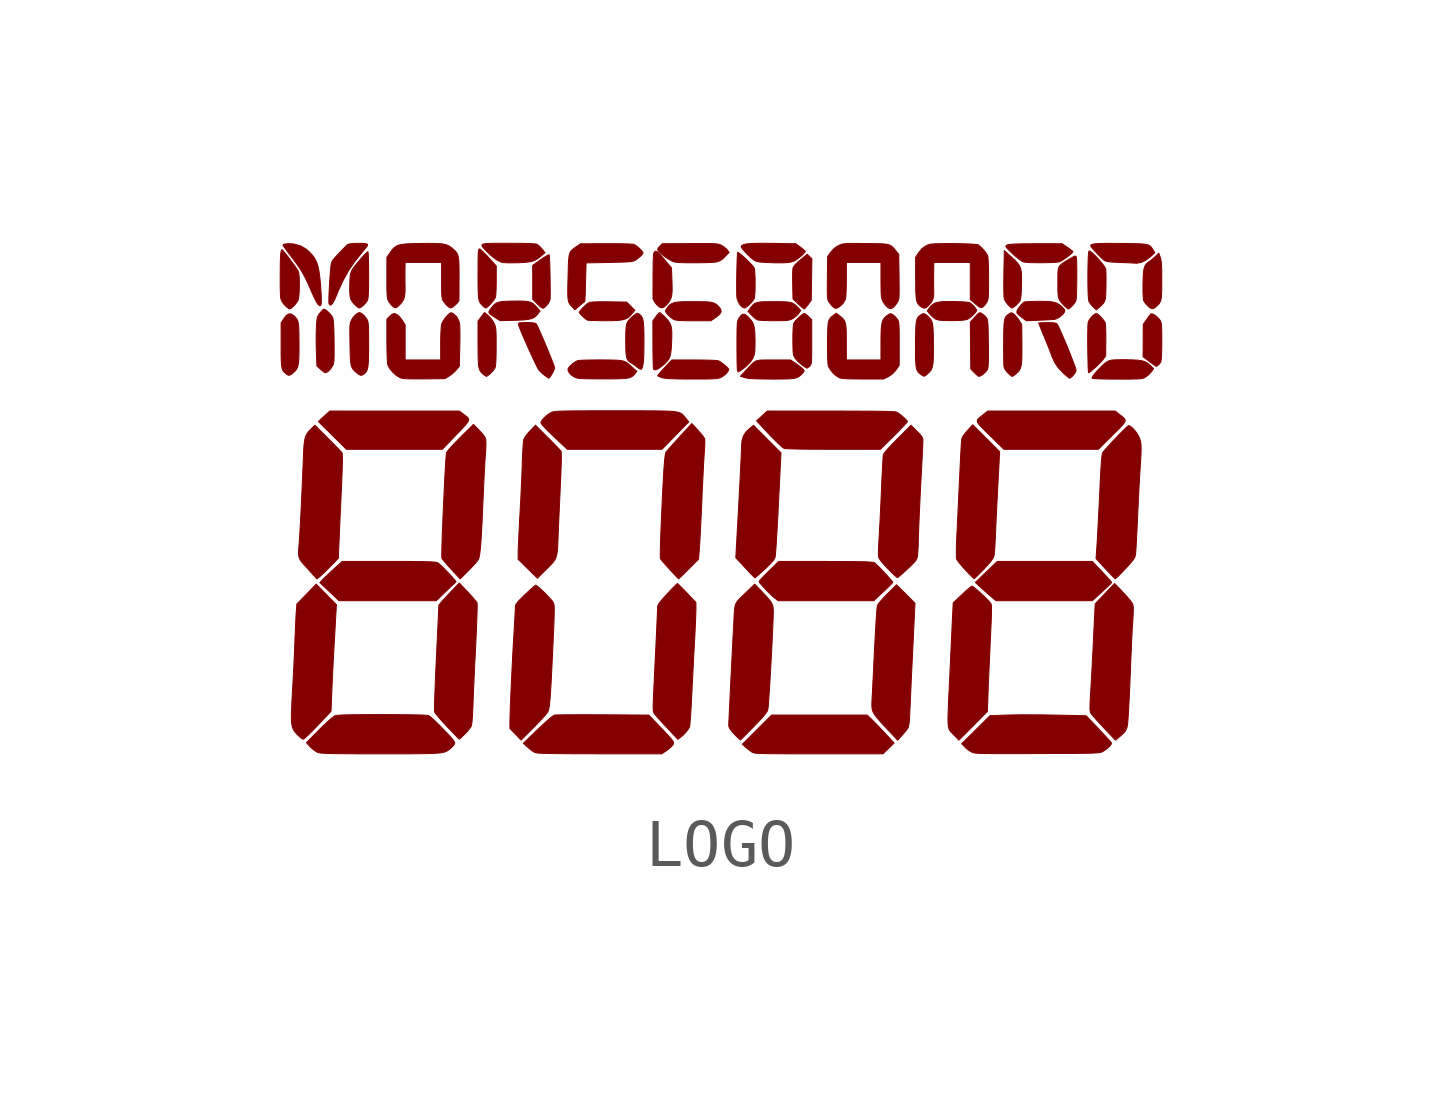
<source format=kicad_sym>
(kicad_symbol_lib
  (version 20220914)
  (generator "bitmap2component")
  (generator_version "9.0")
  (symbol "LOGO"
    (pin_names
      (offset 1.016))
    (property "Reference" "#G"
      (at 0 5.368 0)
      (effects (font (size 1.27 1.27)) hide))
    (symbol "LOGO_0_0"
      (polyline (pts (xy -6.653 -5.3) (xy -6.454 -5.3) (xy -6.285 -5.299) (xy -6.143 -5.297) (xy -6.026 -5.295) (xy -5.93 -5.291) (xy -5.853 -5.286) (xy -5.792 -5.28) (xy -5.744 -5.271) (xy -5.706 -5.261) (xy -5.676 -5.249) (xy -5.649 -5.234) (xy -5.625 -5.217) (xy -5.598 -5.197) (xy -5.588 -5.189) (xy -5.542 -5.145) (xy -5.51 -5.102) (xy -5.507 -5.097) (xy -5.502 -5.08) (xy -5.504 -5.061) (xy -5.517 -5.036) (xy -5.543 -5) (xy -5.587 -4.95) (xy -5.651 -4.881) (xy -5.738 -4.789) (xy -5.809 -4.716) (xy -5.891 -4.634) (xy -5.962 -4.569) (xy -6.015 -4.524) (xy -6.048 -4.503) (xy -6.05 -4.503) (xy -6.088 -4.498) (xy -6.162 -4.493) (xy -6.271 -4.49) (xy -6.413 -4.487) (xy -6.587 -4.485) (xy -6.791 -4.484) (xy -7.023 -4.483) (xy -7.115 -4.483) (xy -7.32 -4.484) (xy -7.492 -4.485) (xy -7.632 -4.486) (xy -7.745 -4.488) (xy -7.834 -4.491) (xy -7.901 -4.494) (xy -7.949 -4.498) (xy -7.983 -4.504) (xy -8.004 -4.51) (xy -8.005 -4.511) (xy -8.038 -4.534) (xy -8.093 -4.579) (xy -8.163 -4.642) (xy -8.243 -4.718) (xy -8.328 -4.802) (xy -8.591 -5.068) (xy -8.518 -5.149) (xy -8.488 -5.179) (xy -8.426 -5.23) (xy -8.369 -5.265) (xy -8.351 -5.272) (xy -8.331 -5.278) (xy -8.304 -5.283) (xy -8.268 -5.287) (xy -8.22 -5.29) (xy -8.157 -5.293) (xy -8.076 -5.295) (xy -7.975 -5.297) (xy -7.849 -5.298) (xy -7.698 -5.299) (xy -7.517 -5.3) (xy -7.304 -5.3) (xy -7.055 -5.3) (xy -6.886 -5.3) (xy -6.653 -5.3)) (stroke (width 0.01) (type default)) (fill (type outline)))
      (polyline (pts (xy -1.088 -5.233) (xy -1.042 -5.2) (xy -0.99 -5.155) (xy -0.958 -5.12) (xy -0.954 -5.114) (xy -0.943 -5.094) (xy -0.939 -5.075) (xy -0.946 -5.051) (xy -0.965 -5.02) (xy -0.999 -4.978) (xy -1.051 -4.919) (xy -1.125 -4.841) (xy -1.221 -4.74) (xy -1.457 -4.493) (xy -2.405 -4.487) (xy -2.434 -4.487) (xy -2.621 -4.486) (xy -2.797 -4.486) (xy -2.959 -4.486) (xy -3.102 -4.487) (xy -3.223 -4.487) (xy -3.317 -4.489) (xy -3.382 -4.49) (xy -3.412 -4.492) (xy -3.42 -4.494) (xy -3.454 -4.512) (xy -3.504 -4.548) (xy -3.571 -4.606) (xy -3.659 -4.686) (xy -3.771 -4.792) (xy -4.071 -5.081) (xy -3.978 -5.165) (xy -3.93 -5.205) (xy -3.873 -5.248) (xy -3.828 -5.274) (xy -3.813 -5.278) (xy -3.782 -5.283) (xy -3.735 -5.287) (xy -3.669 -5.29) (xy -3.582 -5.293) (xy -3.471 -5.295) (xy -3.334 -5.296) (xy -3.169 -5.298) (xy -2.973 -5.299) (xy -2.744 -5.299) (xy -2.479 -5.3) (xy -1.187 -5.3) (xy -1.088 -5.233)) (stroke (width 0.01) (type default)) (fill (type outline)))
      (polyline (pts (xy 3.539 -5.188) (xy 3.655 -5.076) (xy 3.482 -4.889) (xy 3.408 -4.81) (xy 3.329 -4.727) (xy 3.257 -4.653) (xy 3.202 -4.597) (xy 3.095 -4.493) (xy 2.099 -4.493) (xy 1.102 -4.493) (xy 0.797 -4.797) (xy 0.492 -5.101) (xy 0.564 -5.165) (xy 0.586 -5.184) (xy 0.644 -5.23) (xy 0.693 -5.265) (xy 0.703 -5.27) (xy 0.718 -5.276) (xy 0.738 -5.282) (xy 0.766 -5.286) (xy 0.805 -5.29) (xy 0.857 -5.293) (xy 0.925 -5.295) (xy 1.013 -5.297) (xy 1.122 -5.298) (xy 1.255 -5.299) (xy 1.416 -5.3) (xy 1.606 -5.3) (xy 1.829 -5.3) (xy 2.087 -5.3) (xy 3.423 -5.3) (xy 3.539 -5.188)) (stroke (width 0.01) (type default)) (fill (type outline)))
      (polyline (pts (xy 6.168 -5.297) (xy 6.386 -5.296) (xy 6.64 -5.295) (xy 6.688 -5.295) (xy 6.935 -5.294) (xy 7.146 -5.293) (xy 7.326 -5.293) (xy 7.477 -5.291) (xy 7.601 -5.29) (xy 7.702 -5.288) (xy 7.783 -5.286) (xy 7.846 -5.283) (xy 7.894 -5.28) (xy 7.929 -5.276) (xy 7.956 -5.271) (xy 7.976 -5.265) (xy 7.992 -5.258) (xy 8.008 -5.25) (xy 8.039 -5.231) (xy 8.096 -5.189) (xy 8.145 -5.143) (xy 8.177 -5.103) (xy 8.185 -5.075) (xy 8.185 -5.074) (xy 8.166 -5.05) (xy 8.126 -5.005) (xy 8.069 -4.942) (xy 7.998 -4.866) (xy 7.918 -4.781) (xy 7.658 -4.507) (xy 7.002 -4.493) (xy 6.931 -4.492) (xy 6.753 -4.489) (xy 6.574 -4.488) (xy 6.402 -4.487) (xy 6.243 -4.488) (xy 6.106 -4.49) (xy 5.999 -4.493) (xy 5.652 -4.506) (xy 5.358 -4.798) (xy 5.063 -5.09) (xy 5.13 -5.159) (xy 5.148 -5.178) (xy 5.211 -5.228) (xy 5.272 -5.264) (xy 5.28 -5.268) (xy 5.298 -5.275) (xy 5.319 -5.28) (xy 5.348 -5.285) (xy 5.387 -5.289) (xy 5.438 -5.292) (xy 5.504 -5.294) (xy 5.589 -5.295) (xy 5.695 -5.296) (xy 5.825 -5.297) (xy 5.981 -5.297) (xy 6.168 -5.297)) (stroke (width 0.01) (type default)) (fill (type outline)))
      (polyline (pts (xy -3.857 -4.753) (xy -3.855 -4.751) (xy -3.772 -4.666) (xy -3.696 -4.585) (xy -3.632 -4.515) (xy -3.586 -4.46) (xy -3.562 -4.427) (xy -3.562 -4.425) (xy -3.552 -4.402) (xy -3.543 -4.372) (xy -3.535 -4.332) (xy -3.527 -4.28) (xy -3.52 -4.213) (xy -3.512 -4.127) (xy -3.505 -4.02) (xy -3.497 -3.89) (xy -3.488 -3.732) (xy -3.479 -3.546) (xy -3.468 -3.327) (xy -3.456 -3.072) (xy -3.453 -2.991) (xy -3.444 -2.8) (xy -3.437 -2.642) (xy -3.432 -2.514) (xy -3.429 -2.412) (xy -3.427 -2.333) (xy -3.427 -2.273) (xy -3.428 -2.229) (xy -3.432 -2.197) (xy -3.437 -2.174) (xy -3.443 -2.157) (xy -3.451 -2.141) (xy -3.471 -2.113) (xy -3.513 -2.064) (xy -3.568 -2.005) (xy -3.629 -1.943) (xy -3.691 -1.884) (xy -3.746 -1.833) (xy -3.789 -1.799) (xy -3.812 -1.786) (xy -3.818 -1.788) (xy -3.849 -1.811) (xy -3.898 -1.854) (xy -3.962 -1.912) (xy -4.035 -1.98) (xy -4.069 -2.014) (xy -4.14 -2.084) (xy -4.189 -2.136) (xy -4.218 -2.175) (xy -4.233 -2.205) (xy -4.237 -2.232) (xy -4.237 -2.252) (xy -4.24 -2.309) (xy -4.244 -2.393) (xy -4.25 -2.5) (xy -4.257 -2.622) (xy -4.265 -2.755) (xy -4.269 -2.819) (xy -4.279 -3) (xy -4.29 -3.193) (xy -4.3 -3.391) (xy -4.31 -3.591) (xy -4.319 -3.786) (xy -4.328 -3.973) (xy -4.335 -4.147) (xy -4.342 -4.302) (xy -4.346 -4.434) (xy -4.349 -4.537) (xy -4.351 -4.608) (xy -4.351 -4.772) (xy -4.234 -4.893) (xy -4.118 -5.014) (xy -3.857 -4.753)) (stroke (width 0.01) (type default)) (fill (type outline)))
      (polyline (pts (xy 0.455 -5.01) (xy 0.476 -4.99) (xy 0.519 -4.948) (xy 0.579 -4.888) (xy 0.652 -4.814) (xy 0.734 -4.73) (xy 0.8 -4.661) (xy 0.883 -4.574) (xy 0.943 -4.506) (xy 0.984 -4.453) (xy 1.01 -4.412) (xy 1.023 -4.378) (xy 1.024 -4.374) (xy 1.029 -4.333) (xy 1.036 -4.26) (xy 1.043 -4.157) (xy 1.052 -4.03) (xy 1.062 -3.882) (xy 1.072 -3.717) (xy 1.082 -3.54) (xy 1.092 -3.355) (xy 1.102 -3.166) (xy 1.112 -2.976) (xy 1.121 -2.791) (xy 1.128 -2.614) (xy 1.135 -2.449) (xy 1.136 -2.43) (xy 1.138 -2.337) (xy 1.135 -2.264) (xy 1.124 -2.205) (xy 1.099 -2.151) (xy 1.059 -2.095) (xy 1 -2.027) (xy 0.918 -1.939) (xy 0.75 -1.764) (xy 0.547 -1.96) (xy 0.491 -2.013) (xy 0.435 -2.068) (xy 0.394 -2.113) (xy 0.365 -2.155) (xy 0.346 -2.202) (xy 0.334 -2.26) (xy 0.326 -2.335) (xy 0.32 -2.434) (xy 0.314 -2.565) (xy 0.313 -2.579) (xy 0.306 -2.71) (xy 0.298 -2.86) (xy 0.29 -3.026) (xy 0.281 -3.202) (xy 0.272 -3.385) (xy 0.263 -3.572) (xy 0.253 -3.757) (xy 0.245 -3.937) (xy 0.236 -4.107) (xy 0.229 -4.265) (xy 0.222 -4.404) (xy 0.217 -4.522) (xy 0.212 -4.615) (xy 0.21 -4.677) (xy 0.209 -4.706) (xy 0.213 -4.737) (xy 0.23 -4.776) (xy 0.266 -4.825) (xy 0.326 -4.892) (xy 0.352 -4.919) (xy 0.401 -4.968) (xy 0.437 -5.001) (xy 0.454 -5.011) (xy 0.455 -5.01)) (stroke (width 0.01) (type default)) (fill (type outline)))
      (polyline (pts (xy 3.826 -4.909) (xy 3.83 -4.904) (xy 3.881 -4.845) (xy 3.923 -4.792) (xy 3.947 -4.756) (xy 3.955 -4.732) (xy 3.966 -4.671) (xy 3.975 -4.584) (xy 3.981 -4.478) (xy 3.981 -4.457) (xy 3.985 -4.38) (xy 3.99 -4.271) (xy 3.996 -4.134) (xy 4.003 -3.975) (xy 4.011 -3.798) (xy 4.02 -3.608) (xy 4.03 -3.408) (xy 4.04 -3.204) (xy 4.09 -2.162) (xy 3.897 -1.969) (xy 3.705 -1.777) (xy 3.515 -1.966) (xy 3.497 -1.983) (xy 3.427 -2.057) (xy 3.369 -2.124) (xy 3.326 -2.178) (xy 3.306 -2.213) (xy 3.304 -2.224) (xy 3.298 -2.273) (xy 3.291 -2.353) (xy 3.284 -2.461) (xy 3.275 -2.591) (xy 3.267 -2.74) (xy 3.258 -2.904) (xy 3.249 -3.078) (xy 3.246 -3.14) (xy 3.237 -3.321) (xy 3.229 -3.497) (xy 3.221 -3.662) (xy 3.213 -3.811) (xy 3.207 -3.938) (xy 3.202 -4.038) (xy 3.198 -4.105) (xy 3.196 -4.154) (xy 3.191 -4.248) (xy 3.192 -4.323) (xy 3.201 -4.385) (xy 3.222 -4.441) (xy 3.256 -4.497) (xy 3.307 -4.562) (xy 3.377 -4.641) (xy 3.471 -4.741) (xy 3.729 -5.017) (xy 3.826 -4.909)) (stroke (width 0.01) (type default)) (fill (type outline)))
      (polyline (pts (xy 5.303 -4.717) (xy 5.599 -4.417) (xy 5.612 -4.037) (xy 5.615 -3.959) (xy 5.62 -3.825) (xy 5.627 -3.666) (xy 5.635 -3.49) (xy 5.643 -3.305) (xy 5.652 -3.117) (xy 5.66 -2.935) (xy 5.666 -2.805) (xy 5.674 -2.63) (xy 5.68 -2.489) (xy 5.683 -2.377) (xy 5.684 -2.292) (xy 5.683 -2.232) (xy 5.679 -2.193) (xy 5.674 -2.173) (xy 5.67 -2.167) (xy 5.64 -2.13) (xy 5.592 -2.08) (xy 5.532 -2.02) (xy 5.466 -1.959) (xy 5.402 -1.9) (xy 5.345 -1.851) (xy 5.302 -1.818) (xy 5.279 -1.805) (xy 5.276 -1.806) (xy 5.248 -1.824) (xy 5.201 -1.862) (xy 5.139 -1.916) (xy 5.07 -1.981) (xy 4.886 -2.156) (xy 4.876 -2.375) (xy 4.874 -2.404) (xy 4.87 -2.484) (xy 4.865 -2.595) (xy 4.859 -2.733) (xy 4.851 -2.893) (xy 4.843 -3.072) (xy 4.834 -3.264) (xy 4.825 -3.466) (xy 4.815 -3.673) (xy 4.807 -3.843) (xy 4.797 -4.048) (xy 4.789 -4.22) (xy 4.783 -4.363) (xy 4.779 -4.48) (xy 4.777 -4.575) (xy 4.779 -4.649) (xy 4.783 -4.708) (xy 4.79 -4.753) (xy 4.802 -4.788) (xy 4.816 -4.816) (xy 4.835 -4.841) (xy 4.859 -4.865) (xy 4.887 -4.893) (xy 4.92 -4.926) (xy 5.005 -5.016) (xy 5.303 -4.717)) (stroke (width 0.01) (type default)) (fill (type outline)))
      (polyline (pts (xy 8.362 -4.937) (xy 8.38 -4.921) (xy 8.444 -4.862) (xy 8.483 -4.812) (xy 8.506 -4.758) (xy 8.519 -4.692) (xy 8.522 -4.666) (xy 8.528 -4.588) (xy 8.536 -4.478) (xy 8.543 -4.341) (xy 8.552 -4.18) (xy 8.561 -4.001) (xy 8.569 -3.807) (xy 8.578 -3.602) (xy 8.586 -3.391) (xy 8.59 -3.297) (xy 8.597 -3.133) (xy 8.604 -2.966) (xy 8.612 -2.808) (xy 8.62 -2.668) (xy 8.627 -2.555) (xy 8.633 -2.468) (xy 8.638 -2.366) (xy 8.64 -2.292) (xy 8.638 -2.239) (xy 8.632 -2.201) (xy 8.623 -2.172) (xy 8.621 -2.17) (xy 8.596 -2.131) (xy 8.55 -2.074) (xy 8.491 -2.005) (xy 8.423 -1.932) (xy 8.25 -1.751) (xy 8.128 -1.878) (xy 8.113 -1.894) (xy 8.045 -1.966) (xy 7.978 -2.035) (xy 7.926 -2.091) (xy 7.845 -2.177) (xy 7.808 -2.936) (xy 7.8 -3.112) (xy 7.79 -3.3) (xy 7.781 -3.483) (xy 7.771 -3.657) (xy 7.763 -3.813) (xy 7.755 -3.946) (xy 7.749 -4.047) (xy 7.748 -4.059) (xy 7.741 -4.184) (xy 7.737 -4.278) (xy 7.736 -4.346) (xy 7.738 -4.394) (xy 7.744 -4.426) (xy 7.753 -4.45) (xy 7.772 -4.477) (xy 7.814 -4.527) (xy 7.873 -4.595) (xy 7.944 -4.673) (xy 8.024 -4.758) (xy 8.267 -5.016) (xy 8.362 -4.937)) (stroke (width 0.01) (type default)) (fill (type outline)))
      (polyline (pts (xy -8.655 -4.995) (xy -8.626 -4.974) (xy -8.578 -4.931) (xy -8.513 -4.868) (xy -8.437 -4.792) (xy -8.354 -4.705) (xy -8.079 -4.414) (xy -8.065 -4.054) (xy -8.061 -3.962) (xy -8.055 -3.83) (xy -8.048 -3.673) (xy -8.039 -3.499) (xy -8.03 -3.315) (xy -8.019 -3.128) (xy -8.009 -2.945) (xy -7.967 -2.194) (xy -8.177 -1.979) (xy -8.388 -1.764) (xy -8.589 -1.972) (xy -8.791 -2.179) (xy -8.803 -2.339) (xy -8.806 -2.384) (xy -8.811 -2.472) (xy -8.816 -2.585) (xy -8.822 -2.716) (xy -8.828 -2.857) (xy -8.834 -3.002) (xy -8.837 -3.09) (xy -8.845 -3.272) (xy -8.854 -3.471) (xy -8.865 -3.676) (xy -8.875 -3.873) (xy -8.885 -4.05) (xy -8.894 -4.208) (xy -8.901 -4.363) (xy -8.905 -4.487) (xy -8.904 -4.587) (xy -8.899 -4.665) (xy -8.888 -4.728) (xy -8.871 -4.778) (xy -8.848 -4.822) (xy -8.817 -4.862) (xy -8.779 -4.903) (xy -8.73 -4.949) (xy -8.687 -4.983) (xy -8.659 -4.996) (xy -8.655 -4.995)) (stroke (width 0.01) (type default)) (fill (type outline)))
      (polyline (pts (xy -5.404 -4.995) (xy -5.381 -4.974) (xy -5.34 -4.936) (xy -5.287 -4.885) (xy -5.283 -4.881) (xy -5.223 -4.816) (xy -5.177 -4.756) (xy -5.152 -4.709) (xy -5.152 -4.707) (xy -5.145 -4.665) (xy -5.138 -4.593) (xy -5.131 -4.497) (xy -5.125 -4.386) (xy -5.12 -4.265) (xy -5.119 -4.232) (xy -5.115 -4.117) (xy -5.109 -3.973) (xy -5.101 -3.806) (xy -5.093 -3.622) (xy -5.084 -3.429) (xy -5.074 -3.233) (xy -5.064 -3.04) (xy -5.058 -2.912) (xy -5.05 -2.743) (xy -5.044 -2.587) (xy -5.039 -2.449) (xy -5.035 -2.333) (xy -5.033 -2.242) (xy -5.034 -2.182) (xy -5.035 -2.155) (xy -5.037 -2.151) (xy -5.061 -2.118) (xy -5.104 -2.066) (xy -5.161 -2.001) (xy -5.228 -1.929) (xy -5.407 -1.741) (xy -5.56 -1.901) (xy -5.613 -1.957) (xy -5.679 -2.027) (xy -5.734 -2.087) (xy -5.772 -2.129) (xy -5.831 -2.198) (xy -5.883 -3.292) (xy -5.89 -3.442) (xy -5.902 -3.695) (xy -5.91 -3.911) (xy -5.917 -4.09) (xy -5.921 -4.231) (xy -5.922 -4.336) (xy -5.921 -4.403) (xy -5.917 -4.434) (xy -5.9 -4.461) (xy -5.861 -4.51) (xy -5.804 -4.577) (xy -5.734 -4.655) (xy -5.655 -4.739) (xy -5.654 -4.74) (xy -5.577 -4.821) (xy -5.51 -4.891) (xy -5.456 -4.947) (xy -5.421 -4.983) (xy -5.407 -4.996) (xy -5.404 -4.995)) (stroke (width 0.01) (type default)) (fill (type outline)))
      (polyline (pts (xy -0.799 -4.959) (xy -0.744 -4.913) (xy -0.686 -4.852) (xy -0.637 -4.79) (xy -0.608 -4.739) (xy -0.605 -4.726) (xy -0.599 -4.676) (xy -0.593 -4.596) (xy -0.585 -4.491) (xy -0.577 -4.365) (xy -0.569 -4.224) (xy -0.562 -4.072) (xy -0.561 -4.064) (xy -0.552 -3.881) (xy -0.542 -3.684) (xy -0.532 -3.482) (xy -0.522 -3.285) (xy -0.512 -3.106) (xy -0.504 -2.954) (xy -0.498 -2.851) (xy -0.491 -2.71) (xy -0.485 -2.577) (xy -0.48 -2.46) (xy -0.477 -2.366) (xy -0.475 -2.303) (xy -0.475 -2.146) (xy -0.66 -1.952) (xy -0.684 -1.927) (xy -0.749 -1.859) (xy -0.803 -1.804) (xy -0.841 -1.767) (xy -0.857 -1.752) (xy -0.864 -1.755) (xy -0.893 -1.781) (xy -0.941 -1.828) (xy -1.002 -1.891) (xy -1.071 -1.965) (xy -1.119 -2.017) (xy -1.184 -2.091) (xy -1.229 -2.145) (xy -1.256 -2.186) (xy -1.27 -2.218) (xy -1.273 -2.246) (xy -1.274 -2.253) (xy -1.275 -2.302) (xy -1.279 -2.388) (xy -1.284 -2.509) (xy -1.291 -2.664) (xy -1.3 -2.853) (xy -1.31 -3.074) (xy -1.323 -3.326) (xy -1.336 -3.608) (xy -1.351 -3.919) (xy -1.355 -3.995) (xy -1.361 -4.131) (xy -1.365 -4.236) (xy -1.367 -4.314) (xy -1.366 -4.371) (xy -1.362 -4.41) (xy -1.356 -4.436) (xy -1.348 -4.455) (xy -1.331 -4.477) (xy -1.291 -4.524) (xy -1.234 -4.589) (xy -1.164 -4.665) (xy -1.086 -4.748) (xy -0.852 -4.997) (xy -0.799 -4.959)) (stroke (width 0.01) (type default)) (fill (type outline)))
      (polyline (pts (xy -5.683 -1.915) (xy -5.65 -1.883) (xy -5.582 -1.818) (xy -5.527 -1.766) (xy -5.489 -1.73) (xy -5.474 -1.716) (xy -5.481 -1.702) (xy -5.509 -1.667) (xy -5.553 -1.616) (xy -5.609 -1.556) (xy -5.67 -1.493) (xy -5.73 -1.431) (xy -5.785 -1.378) (xy -5.829 -1.338) (xy -5.855 -1.318) (xy -5.869 -1.313) (xy -5.896 -1.308) (xy -5.937 -1.304) (xy -5.996 -1.3) (xy -6.075 -1.297) (xy -6.177 -1.295) (xy -6.305 -1.294) (xy -6.463 -1.292) (xy -6.652 -1.292) (xy -6.877 -1.292) (xy -7.846 -1.292) (xy -8.013 -1.442) (xy -8.071 -1.495) (xy -8.142 -1.562) (xy -8.204 -1.62) (xy -8.245 -1.662) (xy -8.312 -1.733) (xy -8.112 -1.921) (xy -7.913 -2.109) (xy -6.899 -2.109) (xy -5.885 -2.109) (xy -5.683 -1.915)) (stroke (width 0.01) (type default)) (fill (type outline)))
      (polyline (pts (xy 3.43 -1.923) (xy 3.458 -1.898) (xy 3.525 -1.834) (xy 3.579 -1.781) (xy 3.615 -1.744) (xy 3.628 -1.727) (xy 3.621 -1.715) (xy 3.592 -1.679) (xy 3.547 -1.627) (xy 3.491 -1.564) (xy 3.429 -1.498) (xy 3.368 -1.434) (xy 3.313 -1.379) (xy 3.27 -1.338) (xy 3.244 -1.317) (xy 3.244 -1.317) (xy 3.225 -1.311) (xy 3.188 -1.307) (xy 3.131 -1.303) (xy 3.051 -1.299) (xy 2.947 -1.297) (xy 2.814 -1.295) (xy 2.651 -1.294) (xy 2.456 -1.293) (xy 2.224 -1.292) (xy 1.248 -1.292) (xy 1.042 -1.495) (xy 1.003 -1.534) (xy 0.937 -1.601) (xy 0.885 -1.656) (xy 0.851 -1.695) (xy 0.84 -1.713) (xy 0.841 -1.715) (xy 0.861 -1.744) (xy 0.902 -1.792) (xy 0.955 -1.85) (xy 1.015 -1.913) (xy 1.075 -1.973) (xy 1.127 -2.022) (xy 1.165 -2.054) (xy 1.24 -2.109) (xy 2.236 -2.109) (xy 3.232 -2.109) (xy 3.43 -1.923)) (stroke (width 0.01) (type default)) (fill (type outline)))
      (polyline (pts (xy 7.987 -1.927) (xy 8.014 -1.901) (xy 8.083 -1.838) (xy 8.138 -1.785) (xy 8.175 -1.747) (xy 8.188 -1.73) (xy 8.184 -1.723) (xy 8.159 -1.692) (xy 8.115 -1.642) (xy 8.056 -1.577) (xy 7.987 -1.503) (xy 7.785 -1.292) (xy 6.795 -1.292) (xy 5.804 -1.292) (xy 5.576 -1.51) (xy 5.348 -1.729) (xy 5.452 -1.826) (xy 5.511 -1.879) (xy 5.592 -1.952) (xy 5.667 -2.016) (xy 5.777 -2.109) (xy 6.781 -2.109) (xy 7.785 -2.109) (xy 7.987 -1.927)) (stroke (width 0.01) (type default)) (fill (type outline)))
      (polyline (pts (xy -8.325 -1.617) (xy -8.323 -1.616) (xy -8.289 -1.586) (xy -8.235 -1.537) (xy -8.17 -1.473) (xy -8.1 -1.403) (xy -7.927 -1.225) (xy -7.913 -0.902) (xy -7.909 -0.81) (xy -7.904 -0.685) (xy -7.897 -0.535) (xy -7.89 -0.367) (xy -7.881 -0.188) (xy -7.873 -0.004) (xy -7.864 0.179) (xy -7.857 0.344) (xy -7.85 0.515) (xy -7.845 0.663) (xy -7.842 0.786) (xy -7.841 0.879) (xy -7.843 0.941) (xy -7.846 0.967) (xy -7.848 0.97) (xy -7.871 0.997) (xy -7.916 1.045) (xy -7.979 1.11) (xy -8.055 1.188) (xy -8.139 1.272) (xy -8.415 1.547) (xy -8.492 1.472) (xy -8.541 1.422) (xy -8.578 1.372) (xy -8.606 1.318) (xy -8.625 1.252) (xy -8.638 1.169) (xy -8.647 1.061) (xy -8.653 0.921) (xy -8.658 0.787) (xy -8.666 0.604) (xy -8.674 0.41) (xy -8.683 0.211) (xy -8.692 0.013) (xy -8.701 -0.179) (xy -8.71 -0.36) (xy -8.719 -0.524) (xy -8.727 -0.666) (xy -8.734 -0.782) (xy -8.739 -0.864) (xy -8.742 -0.899) (xy -8.751 -1.012) (xy -8.756 -1.097) (xy -8.754 -1.162) (xy -8.744 -1.213) (xy -8.722 -1.259) (xy -8.687 -1.307) (xy -8.636 -1.365) (xy -8.567 -1.441) (xy -8.376 -1.654) (xy -8.325 -1.617)) (stroke (width 0.01) (type default)) (fill (type outline)))
      (polyline (pts (xy -5.22 -1.488) (xy -5.153 -1.419) (xy -5.091 -1.353) (xy -5.043 -1.298) (xy -5.015 -1.262) (xy -5.006 -1.245) (xy -4.995 -1.212) (xy -4.985 -1.166) (xy -4.976 -1.105) (xy -4.967 -1.025) (xy -4.958 -0.924) (xy -4.949 -0.798) (xy -4.941 -0.646) (xy -4.931 -0.464) (xy -4.922 -0.25) (xy -4.911 0.000100) (xy -4.905 0.127) (xy -4.898 0.298) (xy -4.889 0.464) (xy -4.882 0.617) (xy -4.874 0.751) (xy -4.867 0.861) (xy -4.862 0.939) (xy -4.861 0.944) (xy -4.854 1.043) (xy -4.851 1.133) (xy -4.851 1.205) (xy -4.854 1.249) (xy -4.873 1.299) (xy -4.917 1.361) (xy -4.989 1.44) (xy -5.112 1.565) (xy -5.388 1.291) (xy -5.405 1.273) (xy -5.488 1.189) (xy -5.56 1.113) (xy -5.617 1.049) (xy -5.656 1.003) (xy -5.672 0.978) (xy -5.676 0.948) (xy -5.682 0.883) (xy -5.689 0.79) (xy -5.696 0.672) (xy -5.704 0.533) (xy -5.712 0.379) (xy -5.72 0.212) (xy -5.728 0.038) (xy -5.736 -0.141) (xy -5.744 -0.318) (xy -5.751 -0.492) (xy -5.757 -0.656) (xy -5.763 -0.808) (xy -5.767 -0.942) (xy -5.77 -1.055) (xy -5.772 -1.143) (xy -5.771 -1.201) (xy -5.769 -1.225) (xy -5.766 -1.23) (xy -5.741 -1.264) (xy -5.696 -1.318) (xy -5.637 -1.385) (xy -5.57 -1.459) (xy -5.389 -1.655) (xy -5.22 -1.488)) (stroke (width 0.01) (type default)) (fill (type outline)))
      (polyline (pts (xy -0.831 -1.649) (xy -0.803 -1.624) (xy -0.755 -1.58) (xy -0.694 -1.519) (xy -0.623 -1.448) (xy -0.42 -1.244) (xy -0.4 -0.978) (xy -0.396 -0.922) (xy -0.39 -0.816) (xy -0.382 -0.683) (xy -0.375 -0.53) (xy -0.367 -0.364) (xy -0.359 -0.192) (xy -0.351 -0.019) (xy -0.346 0.103) (xy -0.338 0.277) (xy -0.33 0.447) (xy -0.322 0.605) (xy -0.315 0.746) (xy -0.308 0.862) (xy -0.302 0.947) (xy -0.3 0.981) (xy -0.294 1.079) (xy -0.29 1.164) (xy -0.29 1.227) (xy -0.292 1.261) (xy -0.3 1.277) (xy -0.329 1.321) (xy -0.376 1.379) (xy -0.432 1.442) (xy -0.561 1.582) (xy -0.814 1.306) (xy -0.821 1.298) (xy -0.901 1.211) (xy -0.972 1.132) (xy -1.031 1.065) (xy -1.073 1.017) (xy -1.094 0.991) (xy -1.095 0.99) (xy -1.104 0.97) (xy -1.112 0.935) (xy -1.12 0.883) (xy -1.128 0.811) (xy -1.136 0.718) (xy -1.144 0.601) (xy -1.153 0.457) (xy -1.162 0.285) (xy -1.172 0.082) (xy -1.183 -0.155) (xy -1.195 -0.427) (xy -1.198 -0.499) (xy -1.205 -0.663) (xy -1.21 -0.815) (xy -1.214 -0.95) (xy -1.217 -1.063) (xy -1.218 -1.151) (xy -1.217 -1.209) (xy -1.215 -1.233) (xy -1.213 -1.237) (xy -1.189 -1.268) (xy -1.146 -1.318) (xy -1.089 -1.383) (xy -1.023 -1.456) (xy -1.002 -1.48) (xy -0.939 -1.548) (xy -0.887 -1.603) (xy -0.851 -1.639) (xy -0.836 -1.653) (xy -0.831 -1.649)) (stroke (width 0.01) (type default)) (fill (type outline)))
      (polyline (pts (xy 5.326 -1.649) (xy 5.353 -1.626) (xy 5.398 -1.583) (xy 5.457 -1.523) (xy 5.526 -1.452) (xy 5.532 -1.446) (xy 5.618 -1.352) (xy 5.679 -1.28) (xy 5.717 -1.224) (xy 5.735 -1.181) (xy 5.739 -1.16) (xy 5.746 -1.098) (xy 5.753 -1.012) (xy 5.759 -0.909) (xy 5.764 -0.798) (xy 5.768 -0.716) (xy 5.773 -0.594) (xy 5.78 -0.448) (xy 5.788 -0.283) (xy 5.796 -0.106) (xy 5.806 0.075) (xy 5.815 0.255) (xy 5.854 0.994) (xy 5.574 1.275) (xy 5.293 1.556) (xy 5.184 1.438) (xy 5.127 1.371) (xy 5.084 1.309) (xy 5.064 1.263) (xy 5.062 1.244) (xy 5.058 1.188) (xy 5.052 1.102) (xy 5.046 0.992) (xy 5.039 0.861) (xy 5.032 0.716) (xy 5.025 0.56) (xy 5.024 0.543) (xy 5.015 0.353) (xy 5.005 0.145) (xy 4.995 -0.069) (xy 4.985 -0.279) (xy 4.976 -0.473) (xy 4.968 -0.64) (xy 4.965 -0.684) (xy 4.957 -0.871) (xy 4.952 -1.021) (xy 4.951 -1.133) (xy 4.953 -1.207) (xy 4.958 -1.245) (xy 4.959 -1.246) (xy 4.98 -1.28) (xy 5.022 -1.333) (xy 5.078 -1.4) (xy 5.143 -1.472) (xy 5.153 -1.482) (xy 5.215 -1.547) (xy 5.268 -1.601) (xy 5.305 -1.637) (xy 5.322 -1.651) (xy 5.326 -1.649)) (stroke (width 0.01) (type default)) (fill (type outline)))
      (polyline (pts (xy 8.271 -1.649) (xy 8.299 -1.624) (xy 8.347 -1.578) (xy 8.407 -1.516) (xy 8.476 -1.442) (xy 8.514 -1.402) (xy 8.582 -1.326) (xy 8.629 -1.269) (xy 8.659 -1.225) (xy 8.676 -1.188) (xy 8.685 -1.153) (xy 8.688 -1.119) (xy 8.694 -1.051) (xy 8.699 -0.955) (xy 8.706 -0.834) (xy 8.713 -0.695) (xy 8.721 -0.542) (xy 8.728 -0.38) (xy 8.733 -0.268) (xy 8.742 -0.088) (xy 8.751 0.09) (xy 8.759 0.26) (xy 8.768 0.415) (xy 8.775 0.546) (xy 8.782 0.646) (xy 8.783 0.665) (xy 8.793 0.821) (xy 8.8 0.946) (xy 8.802 1.043) (xy 8.801 1.119) (xy 8.796 1.179) (xy 8.785 1.229) (xy 8.771 1.273) (xy 8.751 1.317) (xy 8.728 1.359) (xy 8.681 1.425) (xy 8.629 1.483) (xy 8.581 1.524) (xy 8.543 1.539) (xy 8.539 1.537) (xy 8.511 1.516) (xy 8.465 1.473) (xy 8.405 1.414) (xy 8.335 1.344) (xy 8.262 1.267) (xy 8.188 1.19) (xy 8.121 1.116) (xy 8.063 1.052) (xy 8.021 1.002) (xy 8 0.972) (xy 7.996 0.963) (xy 7.987 0.913) (xy 7.978 0.827) (xy 7.968 0.704) (xy 7.959 0.546) (xy 7.949 0.354) (xy 7.943 0.212) (xy 7.931 -0.039) (xy 7.919 -0.274) (xy 7.908 -0.489) (xy 7.898 -0.682) (xy 7.889 -0.849) (xy 7.88 -0.985) (xy 7.873 -1.086) (xy 7.863 -1.232) (xy 8.056 -1.442) (xy 8.091 -1.479) (xy 8.155 -1.548) (xy 8.209 -1.603) (xy 8.247 -1.639) (xy 8.265 -1.653) (xy 8.271 -1.649)) (stroke (width 0.01) (type default)) (fill (type outline)))
      (polyline (pts (xy -3.608 -1.471) (xy -3.542 -1.406) (xy -3.486 -1.349) (xy -3.443 -1.3) (xy -3.411 -1.253) (xy -3.388 -1.202) (xy -3.373 -1.142) (xy -3.362 -1.066) (xy -3.355 -0.97) (xy -3.35 -0.847) (xy -3.344 -0.692) (xy -3.339 -0.566) (xy -3.331 -0.387) (xy -3.322 -0.19) (xy -3.313 0.011) (xy -3.304 0.207) (xy -3.296 0.386) (xy -3.29 0.517) (xy -3.284 0.678) (xy -3.28 0.809) (xy -3.279 0.909) (xy -3.281 0.974) (xy -3.285 1.003) (xy -3.285 1.004) (xy -3.305 1.027) (xy -3.346 1.073) (xy -3.406 1.135) (xy -3.479 1.21) (xy -3.561 1.291) (xy -3.818 1.548) (xy -3.931 1.43) (xy -3.946 1.414) (xy -3.999 1.351) (xy -4.04 1.293) (xy -4.062 1.25) (xy -4.064 1.243) (xy -4.07 1.195) (xy -4.077 1.119) (xy -4.083 1.019) (xy -4.088 0.904) (xy -4.093 0.779) (xy -4.094 0.729) (xy -4.099 0.592) (xy -4.106 0.43) (xy -4.114 0.251) (xy -4.122 0.064) (xy -4.132 -0.124) (xy -4.142 -0.304) (xy -4.149 -0.43) (xy -4.157 -0.589) (xy -4.164 -0.737) (xy -4.17 -0.868) (xy -4.175 -0.979) (xy -4.178 -1.062) (xy -4.179 -1.113) (xy -4.18 -1.247) (xy -3.979 -1.444) (xy -3.779 -1.641) (xy -3.608 -1.471)) (stroke (width 0.01) (type default)) (fill (type outline)))
      (polyline (pts (xy 0.758 -1.632) (xy 0.783 -1.612) (xy 0.829 -1.572) (xy 0.89 -1.517) (xy 0.962 -1.452) (xy 1.015 -1.401) (xy 1.085 -1.332) (xy 1.132 -1.279) (xy 1.161 -1.236) (xy 1.175 -1.2) (xy 1.178 -1.186) (xy 1.183 -1.133) (xy 1.19 -1.05) (xy 1.198 -0.939) (xy 1.206 -0.806) (xy 1.215 -0.654) (xy 1.224 -0.488) (xy 1.234 -0.313) (xy 1.237 -0.244) (xy 1.246 -0.062) (xy 1.255 0.116) (xy 1.263 0.283) (xy 1.271 0.434) (xy 1.277 0.564) (xy 1.282 0.666) (xy 1.286 0.737) (xy 1.298 0.97) (xy 1.011 1.258) (xy 0.725 1.546) (xy 0.64 1.476) (xy 0.579 1.419) (xy 0.519 1.332) (xy 0.485 1.228) (xy 0.475 1.101) (xy 0.475 1.075) (xy 0.473 1.006) (xy 0.468 0.906) (xy 0.463 0.779) (xy 0.455 0.629) (xy 0.447 0.459) (xy 0.437 0.274) (xy 0.427 0.077) (xy 0.416 -0.128) (xy 0.356 -1.214) (xy 0.551 -1.424) (xy 0.586 -1.462) (xy 0.65 -1.53) (xy 0.703 -1.584) (xy 0.74 -1.621) (xy 0.755 -1.634) (xy 0.758 -1.632)) (stroke (width 0.01) (type default)) (fill (type outline)))
      (polyline (pts (xy 3.742 -1.618) (xy 3.784 -1.583) (xy 3.841 -1.534) (xy 3.905 -1.475) (xy 3.971 -1.413) (xy 4.03 -1.355) (xy 4.077 -1.307) (xy 4.104 -1.276) (xy 4.109 -1.269) (xy 4.122 -1.248) (xy 4.132 -1.223) (xy 4.139 -1.191) (xy 4.146 -1.146) (xy 4.15 -1.083) (xy 4.155 -0.996) (xy 4.159 -0.882) (xy 4.163 -0.734) (xy 4.166 -0.664) (xy 4.171 -0.509) (xy 4.179 -0.33) (xy 4.188 -0.136) (xy 4.197 0.065) (xy 4.207 0.264) (xy 4.217 0.451) (xy 4.217 0.453) (xy 4.226 0.616) (xy 4.234 0.77) (xy 4.241 0.909) (xy 4.247 1.029) (xy 4.252 1.125) (xy 4.254 1.193) (xy 4.255 1.228) (xy 4.255 1.245) (xy 4.248 1.28) (xy 4.228 1.316) (xy 4.191 1.36) (xy 4.131 1.422) (xy 4.007 1.547) (xy 3.724 1.263) (xy 3.637 1.175) (xy 3.553 1.087) (xy 3.489 1.015) (xy 3.447 0.962) (xy 3.43 0.932) (xy 3.427 0.908) (xy 3.423 0.849) (xy 3.418 0.761) (xy 3.412 0.648) (xy 3.405 0.515) (xy 3.398 0.367) (xy 3.392 0.209) (xy 3.388 0.118) (xy 3.38 -0.06) (xy 3.371 -0.24) (xy 3.363 -0.412) (xy 3.355 -0.569) (xy 3.347 -0.703) (xy 3.341 -0.807) (xy 3.335 -0.904) (xy 3.33 -1.011) (xy 3.328 -1.101) (xy 3.329 -1.169) (xy 3.332 -1.206) (xy 3.347 -1.235) (xy 3.387 -1.291) (xy 3.449 -1.364) (xy 3.529 -1.448) (xy 3.55 -1.469) (xy 3.615 -1.534) (xy 3.669 -1.585) (xy 3.707 -1.618) (xy 3.724 -1.629) (xy 3.742 -1.618)) (stroke (width 0.01) (type default)) (fill (type outline)))
      (polyline (pts (xy -5.474 1.342) (xy -5.403 1.415) (xy -5.322 1.501) (xy -5.264 1.566) (xy -5.228 1.615) (xy -5.212 1.653) (xy -5.214 1.684) (xy -5.233 1.711) (xy -5.268 1.741) (xy -5.316 1.776) (xy -5.405 1.842) (xy -6.754 1.842) (xy -8.104 1.843) (xy -8.223 1.734) (xy -8.343 1.624) (xy -8.05 1.335) (xy -7.758 1.045) (xy -6.759 1.045) (xy -5.76 1.045) (xy -5.474 1.342)) (stroke (width 0.01) (type default)) (fill (type outline)))
      (polyline (pts (xy -0.904 1.331) (xy -0.624 1.617) (xy -0.689 1.696) (xy -0.7 1.709) (xy -0.722 1.737) (xy -0.742 1.76) (xy -0.764 1.78) (xy -0.79 1.797) (xy -0.822 1.81) (xy -0.865 1.821) (xy -0.92 1.83) (xy -0.99 1.837) (xy -1.079 1.841) (xy -1.189 1.844) (xy -1.323 1.846) (xy -1.483 1.847) (xy -1.673 1.848) (xy -1.895 1.848) (xy -2.152 1.848) (xy -2.387 1.848) (xy -2.609 1.848) (xy -2.798 1.847) (xy -2.957 1.846) (xy -3.088 1.845) (xy -3.196 1.843) (xy -3.281 1.841) (xy -3.348 1.838) (xy -3.398 1.834) (xy -3.434 1.83) (xy -3.46 1.825) (xy -3.478 1.819) (xy -3.479 1.819) (xy -3.537 1.786) (xy -3.597 1.74) (xy -3.651 1.688) (xy -3.69 1.638) (xy -3.705 1.601) (xy -3.703 1.593) (xy -3.678 1.555) (xy -3.624 1.494) (xy -3.541 1.41) (xy -3.43 1.303) (xy -3.155 1.045) (xy -2.169 1.045) (xy -1.183 1.045) (xy -0.904 1.331)) (stroke (width 0.01) (type default)) (fill (type outline)))
      (polyline (pts (xy 3.651 1.324) (xy 3.676 1.349) (xy 3.758 1.432) (xy 3.828 1.505) (xy 3.883 1.564) (xy 3.92 1.605) (xy 3.932 1.624) (xy 3.93 1.631) (xy 3.906 1.66) (xy 3.865 1.701) (xy 3.813 1.746) (xy 3.76 1.788) (xy 3.715 1.818) (xy 3.711 1.82) (xy 3.688 1.825) (xy 3.644 1.829) (xy 3.579 1.832) (xy 3.49 1.835) (xy 3.376 1.837) (xy 3.233 1.839) (xy 3.061 1.84) (xy 2.857 1.841) (xy 2.619 1.842) (xy 2.345 1.842) (xy 1.013 1.843) (xy 0.901 1.741) (xy 0.789 1.639) (xy 0.963 1.451) (xy 1.041 1.367) (xy 1.153 1.251) (xy 1.244 1.162) (xy 1.312 1.1) (xy 1.358 1.067) (xy 1.368 1.064) (xy 1.411 1.059) (xy 1.487 1.055) (xy 1.596 1.052) (xy 1.739 1.049) (xy 1.917 1.047) (xy 2.131 1.046) (xy 2.383 1.046) (xy 3.369 1.045) (xy 3.651 1.324)) (stroke (width 0.01) (type default)) (fill (type outline)))
      (polyline (pts (xy 8.205 1.338) (xy 8.294 1.426) (xy 8.371 1.504) (xy 8.425 1.562) (xy 8.458 1.607) (xy 8.471 1.641) (xy 8.465 1.67) (xy 8.442 1.698) (xy 8.404 1.73) (xy 8.352 1.77) (xy 8.261 1.843) (xy 6.934 1.843) (xy 5.608 1.843) (xy 5.516 1.77) (xy 5.465 1.73) (xy 5.422 1.695) (xy 5.396 1.665) (xy 5.386 1.636) (xy 5.395 1.603) (xy 5.425 1.56) (xy 5.476 1.505) (xy 5.551 1.43) (xy 5.65 1.333) (xy 5.942 1.045) (xy 6.926 1.045) (xy 7.91 1.045) (xy 8.205 1.338)) (stroke (width 0.01) (type default)) (fill (type outline)))
      (polyline (pts (xy -6.144 2.513) (xy -5.706 2.517) (xy -5.614 2.574) (xy -5.582 2.596) (xy -5.516 2.65) (xy -5.464 2.704) (xy -5.405 2.777) (xy -5.396 3.179) (xy -5.395 3.208) (xy -5.393 3.332) (xy -5.393 3.447) (xy -5.394 3.545) (xy -5.396 3.619) (xy -5.4 3.663) (xy -5.418 3.731) (xy -5.467 3.817) (xy -5.538 3.876) (xy -5.545 3.879) (xy -5.572 3.89) (xy -5.596 3.886) (xy -5.625 3.863) (xy -5.671 3.816) (xy -5.705 3.776) (xy -5.748 3.711) (xy -5.774 3.655) (xy -5.779 3.625) (xy -5.785 3.557) (xy -5.79 3.466) (xy -5.793 3.359) (xy -5.794 3.244) (xy -5.794 2.907) (xy -6.165 2.907) (xy -6.535 2.907) (xy -6.535 3.273) (xy -6.535 3.64) (xy -6.59 3.727) (xy -6.651 3.807) (xy -6.711 3.858) (xy -6.766 3.876) (xy -6.776 3.874) (xy -6.814 3.853) (xy -6.857 3.817) (xy -6.915 3.759) (xy -6.915 3.318) (xy -6.915 3.281) (xy -6.914 3.144) (xy -6.911 3.022) (xy -6.907 2.922) (xy -6.901 2.847) (xy -6.895 2.805) (xy -6.891 2.794) (xy -6.854 2.726) (xy -6.795 2.654) (xy -6.723 2.589) (xy -6.649 2.542) (xy -6.623 2.531) (xy -6.591 2.523) (xy -6.546 2.518) (xy -6.484 2.514) (xy -6.4 2.513) (xy -6.289 2.512) (xy -6.144 2.513)) (stroke (width 0.01) (type default)) (fill (type outline)))
      (polyline (pts (xy -2.254 2.513) (xy -2.121 2.514) (xy -2.017 2.518) (xy -1.937 2.524) (xy -1.877 2.533) (xy -1.833 2.547) (xy -1.799 2.565) (xy -1.771 2.589) (xy -1.746 2.619) (xy -1.706 2.669) (xy -1.808 2.761) (xy -1.856 2.804) (xy -1.897 2.838) (xy -1.937 2.864) (xy -1.98 2.882) (xy -2.033 2.894) (xy -2.101 2.901) (xy -2.189 2.905) (xy -2.305 2.907) (xy -2.453 2.908) (xy -2.499 2.908) (xy -2.633 2.907) (xy -2.751 2.905) (xy -2.845 2.902) (xy -2.912 2.897) (xy -2.946 2.891) (xy -2.984 2.872) (xy -3.045 2.829) (xy -3.1 2.779) (xy -3.136 2.733) (xy -3.138 2.73) (xy -3.139 2.686) (xy -3.112 2.635) (xy -3.063 2.586) (xy -2.998 2.546) (xy -2.981 2.539) (xy -2.951 2.53) (xy -2.913 2.524) (xy -2.86 2.519) (xy -2.789 2.516) (xy -2.695 2.514) (xy -2.572 2.513) (xy -2.416 2.513) (xy -2.254 2.513)) (stroke (width 0.01) (type default)) (fill (type outline)))
      (polyline (pts (xy -0.262 2.51) (xy -0.169 2.512) (xy -0.098 2.515) (xy -0.046 2.519) (xy -0.007 2.525) (xy 0.023 2.534) (xy 0.049 2.544) (xy 0.104 2.578) (xy 0.156 2.624) (xy 0.194 2.672) (xy 0.209 2.713) (xy 0.208 2.715) (xy 0.19 2.739) (xy 0.152 2.776) (xy 0.102 2.818) (xy 0.05 2.857) (xy 0.006 2.885) (xy -0.025 2.893) (xy -0.092 2.899) (xy -0.194 2.903) (xy -0.332 2.906) (xy -0.507 2.907) (xy -0.978 2.907) (xy -1.125 2.75) (xy -1.178 2.693) (xy -1.227 2.638) (xy -1.26 2.598) (xy -1.273 2.58) (xy -1.267 2.573) (xy -1.234 2.557) (xy -1.183 2.538) (xy -1.165 2.533) (xy -1.12 2.526) (xy -1.058 2.519) (xy -0.976 2.515) (xy -0.869 2.512) (xy -0.731 2.51) (xy -0.56 2.51) (xy -0.537 2.51) (xy -0.383 2.51) (xy -0.262 2.51)) (stroke (width 0.01) (type default)) (fill (type outline)))
      (polyline (pts (xy 1.338 2.51) (xy 1.444 2.512) (xy 1.526 2.518) (xy 1.587 2.527) (xy 1.634 2.541) (xy 1.671 2.561) (xy 1.704 2.586) (xy 1.737 2.619) (xy 1.757 2.641) (xy 1.778 2.67) (xy 1.777 2.691) (xy 1.757 2.717) (xy 1.724 2.747) (xy 1.671 2.788) (xy 1.609 2.832) (xy 1.496 2.907) (xy 1.139 2.907) (xy 1.06 2.907) (xy 0.955 2.907) (xy 0.876 2.905) (xy 0.817 2.898) (xy 0.771 2.883) (xy 0.73 2.858) (xy 0.688 2.82) (xy 0.637 2.766) (xy 0.571 2.694) (xy 0.452 2.567) (xy 0.544 2.539) (xy 0.581 2.53) (xy 0.636 2.522) (xy 0.711 2.516) (xy 0.81 2.513) (xy 0.937 2.51) (xy 1.098 2.509) (xy 1.202 2.509) (xy 1.338 2.51)) (stroke (width 0.01) (type default)) (fill (type outline)))
      (polyline (pts (xy 3.538 2.562) (xy 3.619 2.615) (xy 3.7 2.705) (xy 3.761 2.797) (xy 3.761 3.248) (xy 3.761 3.272) (xy 3.761 3.409) (xy 3.76 3.514) (xy 3.759 3.593) (xy 3.755 3.649) (xy 3.75 3.689) (xy 3.743 3.718) (xy 3.732 3.74) (xy 3.719 3.761) (xy 3.714 3.767) (xy 3.671 3.816) (xy 3.626 3.852) (xy 3.62 3.855) (xy 3.587 3.87) (xy 3.558 3.865) (xy 3.516 3.839) (xy 3.495 3.823) (xy 3.457 3.788) (xy 3.428 3.748) (xy 3.408 3.697) (xy 3.394 3.631) (xy 3.386 3.542) (xy 3.382 3.426) (xy 3.381 3.278) (xy 3.381 2.907) (xy 3.021 2.907) (xy 2.66 2.907) (xy 2.659 3.282) (xy 2.659 3.413) (xy 2.657 3.524) (xy 2.651 3.609) (xy 2.64 3.672) (xy 2.623 3.72) (xy 2.598 3.758) (xy 2.563 3.793) (xy 2.518 3.829) (xy 2.449 3.882) (xy 2.399 3.844) (xy 2.379 3.829) (xy 2.343 3.8) (xy 2.317 3.77) (xy 2.297 3.735) (xy 2.284 3.688) (xy 2.276 3.624) (xy 2.271 3.539) (xy 2.268 3.426) (xy 2.267 3.28) (xy 2.267 3.233) (xy 2.267 3.108) (xy 2.269 2.995) (xy 2.272 2.9) (xy 2.277 2.829) (xy 2.282 2.79) (xy 2.288 2.771) (xy 2.326 2.705) (xy 2.383 2.636) (xy 2.449 2.576) (xy 2.514 2.536) (xy 2.528 2.531) (xy 2.571 2.523) (xy 2.636 2.517) (xy 2.728 2.513) (xy 2.85 2.511) (xy 3.006 2.51) (xy 3.437 2.51) (xy 3.538 2.562)) (stroke (width 0.01) (type default)) (fill (type outline)))
      (polyline (pts (xy 8.555 2.508) (xy 8.654 2.51) (xy 8.728 2.512) (xy 8.782 2.515) (xy 8.821 2.521) (xy 8.85 2.528) (xy 8.873 2.538) (xy 8.895 2.551) (xy 8.904 2.557) (xy 8.964 2.604) (xy 9.014 2.659) (xy 9.062 2.724) (xy 9.011 2.777) (xy 8.986 2.802) (xy 8.937 2.842) (xy 8.883 2.871) (xy 8.818 2.89) (xy 8.734 2.903) (xy 8.625 2.909) (xy 8.485 2.912) (xy 8.478 2.912) (xy 8.361 2.912) (xy 8.275 2.91) (xy 8.213 2.907) (xy 8.168 2.9) (xy 8.133 2.89) (xy 8.101 2.876) (xy 8.078 2.861) (xy 8.029 2.821) (xy 7.971 2.768) (xy 7.912 2.708) (xy 7.858 2.647) (xy 7.813 2.593) (xy 7.785 2.551) (xy 7.779 2.528) (xy 7.78 2.526) (xy 7.811 2.52) (xy 7.879 2.515) (xy 7.984 2.511) (xy 8.127 2.509) (xy 8.308 2.508) (xy 8.427 2.508) (xy 8.555 2.508)) (stroke (width 0.01) (type default)) (fill (type outline)))
      (polyline (pts (xy -3.533 2.531) (xy -3.509 2.561) (xy -3.479 2.608) (xy -3.45 2.661) (xy -3.429 2.709) (xy -3.42 2.742) (xy -3.422 2.755) (xy -3.438 2.802) (xy -3.465 2.874) (xy -3.501 2.964) (xy -3.542 3.068) (xy -3.588 3.179) (xy -3.635 3.292) (xy -3.682 3.399) (xy -3.724 3.496) (xy -3.76 3.576) (xy -3.788 3.633) (xy -3.804 3.662) (xy -3.834 3.675) (xy -3.9 3.683) (xy -4.003 3.686) (xy -4.028 3.686) (xy -4.103 3.685) (xy -4.148 3.682) (xy -4.17 3.675) (xy -4.176 3.663) (xy -4.173 3.643) (xy -4.171 3.638) (xy -4.155 3.591) (xy -4.126 3.518) (xy -4.087 3.425) (xy -4.041 3.319) (xy -3.991 3.205) (xy -3.939 3.089) (xy -3.888 2.978) (xy -3.841 2.878) (xy -3.801 2.794) (xy -3.77 2.733) (xy -3.751 2.701) (xy -3.736 2.684) (xy -3.683 2.631) (xy -3.624 2.583) (xy -3.596 2.563) (xy -3.558 2.537) (xy -3.541 2.527) (xy -3.533 2.531)) (stroke (width 0.01) (type default)) (fill (type outline)))
      (polyline (pts (xy 7.329 2.533) (xy 7.365 2.563) (xy 7.404 2.607) (xy 7.435 2.654) (xy 7.447 2.691) (xy 7.443 2.711) (xy 7.426 2.764) (xy 7.398 2.841) (xy 7.361 2.937) (xy 7.319 3.045) (xy 7.272 3.16) (xy 7.225 3.276) (xy 7.178 3.385) (xy 7.135 3.484) (xy 7.098 3.566) (xy 7.07 3.624) (xy 7.053 3.652) (xy 7.051 3.655) (xy 7.028 3.67) (xy 6.992 3.68) (xy 6.934 3.684) (xy 6.846 3.686) (xy 6.802 3.685) (xy 6.733 3.683) (xy 6.686 3.68) (xy 6.668 3.676) (xy 6.671 3.667) (xy 6.686 3.629) (xy 6.711 3.565) (xy 6.745 3.482) (xy 6.785 3.386) (xy 6.804 3.339) (xy 6.847 3.234) (xy 6.886 3.137) (xy 6.917 3.057) (xy 6.937 3.003) (xy 6.952 2.963) (xy 7.008 2.843) (xy 7.081 2.738) (xy 7.181 2.634) (xy 7.2 2.617) (xy 7.252 2.571) (xy 7.291 2.539) (xy 7.31 2.527) (xy 7.329 2.533)) (stroke (width 0.01) (type default)) (fill (type outline)))
      (polyline (pts (xy -4.816 2.577) (xy -4.776 2.609) (xy -4.731 2.652) (xy -4.691 2.697) (xy -4.665 2.734) (xy -4.661 2.744) (xy -4.652 2.78) (xy -4.646 2.838) (xy -4.642 2.922) (xy -4.639 3.035) (xy -4.638 3.183) (xy -4.638 3.267) (xy -4.638 3.381) (xy -4.64 3.466) (xy -4.643 3.529) (xy -4.649 3.575) (xy -4.657 3.612) (xy -4.668 3.644) (xy -4.684 3.678) (xy -4.702 3.711) (xy -4.752 3.78) (xy -4.805 3.834) (xy -4.881 3.895) (xy -4.948 3.807) (xy -5.016 3.718) (xy -5.016 3.245) (xy -5.015 3.128) (xy -5.014 2.993) (xy -5.011 2.888) (xy -5.005 2.807) (xy -4.996 2.747) (xy -4.982 2.701) (xy -4.962 2.666) (xy -4.937 2.637) (xy -4.905 2.608) (xy -4.899 2.603) (xy -4.863 2.576) (xy -4.84 2.565) (xy -4.816 2.577)) (stroke (width 0.01) (type default)) (fill (type outline)))
      (polyline (pts (xy 4.312 2.584) (xy 4.357 2.622) (xy 4.362 2.626) (xy 4.397 2.661) (xy 4.425 2.697) (xy 4.445 2.74) (xy 4.459 2.795) (xy 4.468 2.867) (xy 4.473 2.962) (xy 4.474 3.084) (xy 4.474 3.239) (xy 4.473 3.277) (xy 4.472 3.418) (xy 4.468 3.528) (xy 4.462 3.612) (xy 4.452 3.675) (xy 4.436 3.723) (xy 4.415 3.76) (xy 4.387 3.793) (xy 4.35 3.826) (xy 4.319 3.85) (xy 4.282 3.871) (xy 4.249 3.869) (xy 4.206 3.844) (xy 4.187 3.831) (xy 4.161 3.808) (xy 4.141 3.78) (xy 4.126 3.741) (xy 4.115 3.688) (xy 4.109 3.615) (xy 4.104 3.518) (xy 4.102 3.393) (xy 4.101 3.234) (xy 4.101 3.111) (xy 4.101 2.977) (xy 4.104 2.874) (xy 4.11 2.795) (xy 4.119 2.736) (xy 4.133 2.692) (xy 4.153 2.659) (xy 4.179 2.632) (xy 4.212 2.605) (xy 4.213 2.605) (xy 4.253 2.577) (xy 4.282 2.569) (xy 4.312 2.584)) (stroke (width 0.01) (type default)) (fill (type outline)))
      (polyline (pts (xy 5.435 2.567) (xy 5.479 2.588) (xy 5.529 2.626) (xy 5.574 2.671) (xy 5.602 2.712) (xy 5.606 2.725) (xy 5.613 2.771) (xy 5.618 2.844) (xy 5.62 2.947) (xy 5.621 3.083) (xy 5.619 3.253) (xy 5.619 3.292) (xy 5.617 3.433) (xy 5.615 3.542) (xy 5.612 3.623) (xy 5.608 3.683) (xy 5.603 3.725) (xy 5.596 3.754) (xy 5.586 3.775) (xy 5.574 3.793) (xy 5.531 3.839) (xy 5.482 3.876) (xy 5.463 3.885) (xy 5.44 3.891) (xy 5.417 3.882) (xy 5.385 3.853) (xy 5.336 3.8) (xy 5.243 3.695) (xy 5.248 3.207) (xy 5.253 2.719) (xy 5.328 2.642) (xy 5.361 2.61) (xy 5.4 2.577) (xy 5.423 2.565) (xy 5.435 2.567)) (stroke (width 0.01) (type default)) (fill (type outline)))
      (polyline (pts (xy 6.125 2.567) (xy 6.157 2.587) (xy 6.2 2.622) (xy 6.203 2.625) (xy 6.24 2.66) (xy 6.268 2.696) (xy 6.289 2.739) (xy 6.303 2.794) (xy 6.312 2.865) (xy 6.317 2.959) (xy 6.318 3.08) (xy 6.318 3.234) (xy 6.314 3.646) (xy 6.258 3.735) (xy 6.236 3.768) (xy 6.191 3.824) (xy 6.152 3.862) (xy 6.115 3.886) (xy 6.088 3.889) (xy 6.052 3.869) (xy 6.028 3.852) (xy 6 3.829) (xy 5.978 3.802) (xy 5.963 3.765) (xy 5.952 3.715) (xy 5.945 3.647) (xy 5.941 3.554) (xy 5.938 3.434) (xy 5.937 3.28) (xy 5.937 3.196) (xy 5.937 3.07) (xy 5.938 2.958) (xy 5.939 2.866) (xy 5.941 2.8) (xy 5.944 2.766) (xy 5.951 2.742) (xy 5.981 2.69) (xy 6.025 2.638) (xy 6.055 2.609) (xy 6.094 2.577) (xy 6.117 2.565) (xy 6.125 2.567)) (stroke (width 0.01) (type default)) (fill (type outline)))
      (polyline (pts (xy -8.921 2.598) (xy -8.871 2.635) (xy -8.863 2.642) (xy -8.827 2.676) (xy -8.798 2.713) (xy -8.777 2.758) (xy -8.762 2.815) (xy -8.753 2.889) (xy -8.748 2.986) (xy -8.746 3.11) (xy -8.746 3.268) (xy -8.747 3.327) (xy -8.748 3.458) (xy -8.751 3.559) (xy -8.756 3.635) (xy -8.765 3.692) (xy -8.777 3.733) (xy -8.795 3.766) (xy -8.819 3.795) (xy -8.85 3.826) (xy -8.906 3.864) (xy -8.958 3.868) (xy -9.009 3.836) (xy -9.063 3.767) (xy -9.119 3.678) (xy -9.119 3.211) (xy -9.119 3.08) (xy -9.118 2.957) (xy -9.115 2.862) (xy -9.11 2.791) (xy -9.101 2.739) (xy -9.089 2.7) (xy -9.07 2.671) (xy -9.046 2.645) (xy -9.015 2.618) (xy -8.995 2.602) (xy -8.959 2.587) (xy -8.921 2.598)) (stroke (width 0.01) (type default)) (fill (type outline)))
      (polyline (pts (xy -7.434 2.59) (xy -7.397 2.612) (xy -7.388 2.618) (xy -7.36 2.643) (xy -7.338 2.673) (xy -7.322 2.714) (xy -7.31 2.769) (xy -7.303 2.844) (xy -7.298 2.943) (xy -7.296 3.071) (xy -7.295 3.232) (xy -7.295 3.375) (xy -7.296 3.488) (xy -7.298 3.573) (xy -7.301 3.636) (xy -7.306 3.68) (xy -7.313 3.713) (xy -7.322 3.737) (xy -7.335 3.76) (xy -7.343 3.773) (xy -7.391 3.834) (xy -7.441 3.877) (xy -7.482 3.894) (xy -7.513 3.887) (xy -7.563 3.854) (xy -7.614 3.801) (xy -7.653 3.738) (xy -7.66 3.722) (xy -7.671 3.694) (xy -7.679 3.661) (xy -7.684 3.618) (xy -7.687 3.559) (xy -7.687 3.48) (xy -7.686 3.374) (xy -7.684 3.235) (xy -7.683 3.17) (xy -7.68 3.034) (xy -7.675 2.929) (xy -7.668 2.85) (xy -7.656 2.79) (xy -7.64 2.745) (xy -7.617 2.708) (xy -7.587 2.676) (xy -7.548 2.643) (xy -7.504 2.608) (xy -7.466 2.588) (xy -7.434 2.59)) (stroke (width 0.01) (type default)) (fill (type outline)))
      (polyline (pts (xy -8.174 2.646) (xy -8.128 2.678) (xy -8.082 2.728) (xy -8.044 2.788) (xy -8.041 2.794) (xy -8.031 2.822) (xy -8.023 2.855) (xy -8.018 2.899) (xy -8.015 2.96) (xy -8.014 3.043) (xy -8.014 3.153) (xy -8.015 3.296) (xy -8.017 3.432) (xy -8.021 3.573) (xy -8.027 3.678) (xy -8.035 3.75) (xy -8.044 3.79) (xy -8.045 3.792) (xy -8.073 3.837) (xy -8.115 3.885) (xy -8.161 3.928) (xy -8.204 3.958) (xy -8.233 3.965) (xy -8.244 3.958) (xy -8.275 3.927) (xy -8.313 3.881) (xy -8.328 3.862) (xy -8.349 3.829) (xy -8.363 3.794) (xy -8.372 3.747) (xy -8.378 3.68) (xy -8.384 3.584) (xy -8.384 3.571) (xy -8.388 3.463) (xy -8.389 3.334) (xy -8.388 3.199) (xy -8.384 3.074) (xy -8.373 2.783) (xy -8.296 2.712) (xy -8.264 2.684) (xy -8.223 2.653) (xy -8.197 2.641) (xy -8.174 2.646)) (stroke (width 0.01) (type default)) (fill (type outline)))
      (polyline (pts (xy 7.72 2.647) (xy 7.758 2.674) (xy 7.809 2.717) (xy 7.867 2.769) (xy 7.925 2.824) (xy 7.974 2.874) (xy 8.007 2.913) (xy 8.064 2.991) (xy 8.067 3.314) (xy 8.067 3.394) (xy 8.066 3.496) (xy 8.063 3.583) (xy 8.059 3.646) (xy 8.054 3.679) (xy 8.052 3.684) (xy 8.026 3.727) (xy 7.986 3.778) (xy 7.941 3.826) (xy 7.9 3.862) (xy 7.872 3.876) (xy 7.849 3.869) (xy 7.804 3.838) (xy 7.757 3.79) (xy 7.719 3.736) (xy 7.698 3.686) (xy 7.695 3.659) (xy 7.692 3.595) (xy 7.69 3.505) (xy 7.689 3.393) (xy 7.689 3.266) (xy 7.69 3.13) (xy 7.692 3.011) (xy 7.695 2.891) (xy 7.697 2.789) (xy 7.7 2.71) (xy 7.704 2.659) (xy 7.707 2.641) (xy 7.72 2.647)) (stroke (width 0.01) (type default)) (fill (type outline)))
      (polyline (pts (xy 0.418 2.665) (xy 0.461 2.691) (xy 0.515 2.73) (xy 0.572 2.777) (xy 0.622 2.824) (xy 0.657 2.863) (xy 0.672 2.883) (xy 0.706 2.934) (xy 0.729 2.982) (xy 0.744 3.034) (xy 0.753 3.101) (xy 0.756 3.189) (xy 0.757 3.307) (xy 0.756 3.35) (xy 0.753 3.471) (xy 0.744 3.565) (xy 0.728 3.638) (xy 0.702 3.697) (xy 0.663 3.751) (xy 0.61 3.807) (xy 0.602 3.815) (xy 0.549 3.855) (xy 0.505 3.862) (xy 0.465 3.836) (xy 0.419 3.774) (xy 0.412 3.761) (xy 0.402 3.74) (xy 0.394 3.713) (xy 0.388 3.677) (xy 0.385 3.626) (xy 0.382 3.556) (xy 0.381 3.462) (xy 0.38 3.34) (xy 0.38 3.185) (xy 0.38 3.145) (xy 0.381 2.986) (xy 0.382 2.861) (xy 0.385 2.769) (xy 0.389 2.707) (xy 0.395 2.671) (xy 0.402 2.66) (xy 0.418 2.665)) (stroke (width 0.01) (type default)) (fill (type outline)))
      (polyline (pts (xy -1.605 2.724) (xy -1.589 2.76) (xy -1.577 2.813) (xy -1.568 2.888) (xy -1.562 2.988) (xy -1.559 3.118) (xy -1.558 3.282) (xy -1.558 3.426) (xy -1.561 3.551) (xy -1.566 3.647) (xy -1.575 3.72) (xy -1.587 3.772) (xy -1.605 3.811) (xy -1.63 3.84) (xy -1.661 3.863) (xy -1.661 3.863) (xy -1.687 3.877) (xy -1.71 3.876) (xy -1.742 3.856) (xy -1.793 3.815) (xy -1.815 3.795) (xy -1.859 3.754) (xy -1.891 3.714) (xy -1.913 3.67) (xy -1.927 3.613) (xy -1.934 3.538) (xy -1.937 3.438) (xy -1.938 3.308) (xy -1.938 3.287) (xy -1.937 3.158) (xy -1.933 3.061) (xy -1.925 2.989) (xy -1.912 2.937) (xy -1.892 2.9) (xy -1.863 2.871) (xy -1.825 2.846) (xy -1.815 2.84) (xy -1.752 2.797) (xy -1.692 2.751) (xy -1.672 2.736) (xy -1.634 2.715) (xy -1.613 2.712) (xy -1.605 2.724)) (stroke (width 0.01) (type default)) (fill (type outline)))
      (polyline (pts (xy -1.254 2.727) (xy -1.179 2.783) (xy -1.137 2.817) (xy -1.082 2.87) (xy -1.043 2.921) (xy -1.016 2.979) (xy -0.999 3.052) (xy -0.989 3.146) (xy -0.982 3.271) (xy -0.978 3.364) (xy -0.977 3.475) (xy -0.983 3.561) (xy -0.998 3.629) (xy -1.024 3.686) (xy -1.062 3.738) (xy -1.114 3.795) (xy -1.121 3.802) (xy -1.171 3.849) (xy -1.21 3.882) (xy -1.23 3.895) (xy -1.243 3.887) (xy -1.273 3.856) (xy -1.31 3.808) (xy -1.372 3.722) (xy -1.371 3.229) (xy -1.371 3.109) (xy -1.369 2.986) (xy -1.367 2.88) (xy -1.365 2.797) (xy -1.362 2.74) (xy -1.359 2.717) (xy -1.346 2.704) (xy -1.309 2.701) (xy -1.254 2.727)) (stroke (width 0.01) (type default)) (fill (type outline)))
      (polyline (pts (xy 1.84 2.736) (xy 1.86 2.748) (xy 1.894 2.777) (xy 1.901 2.784) (xy 1.913 2.798) (xy 1.922 2.816) (xy 1.929 2.843) (xy 1.933 2.884) (xy 1.936 2.943) (xy 1.937 3.027) (xy 1.938 3.138) (xy 1.938 3.282) (xy 1.938 3.746) (xy 1.873 3.811) (xy 1.851 3.832) (xy 1.813 3.863) (xy 1.789 3.876) (xy 1.773 3.872) (xy 1.73 3.846) (xy 1.677 3.803) (xy 1.626 3.752) (xy 1.584 3.703) (xy 1.561 3.663) (xy 1.558 3.647) (xy 1.552 3.591) (xy 1.548 3.51) (xy 1.545 3.411) (xy 1.545 3.303) (xy 1.546 3.228) (xy 1.548 3.136) (xy 1.551 3.07) (xy 1.557 3.024) (xy 1.566 2.991) (xy 1.58 2.964) (xy 1.599 2.936) (xy 1.622 2.907) (xy 1.678 2.85) (xy 1.74 2.8) (xy 1.78 2.772) (xy 1.821 2.746) (xy 1.84 2.736) (xy 1.84 2.736)) (stroke (width 0.01) (type default)) (fill (type outline)))
      (polyline (pts (xy 9.146 2.788) (xy 9.182 2.822) (xy 9.211 2.863) (xy 9.213 2.87) (xy 9.222 2.918) (xy 9.228 3.005) (xy 9.232 3.13) (xy 9.233 3.292) (xy 9.233 3.355) (xy 9.232 3.471) (xy 9.231 3.558) (xy 9.228 3.62) (xy 9.223 3.664) (xy 9.215 3.696) (xy 9.204 3.72) (xy 9.19 3.744) (xy 9.177 3.761) (xy 9.133 3.807) (xy 9.083 3.844) (xy 9.038 3.867) (xy 9.008 3.868) (xy 8.99 3.849) (xy 8.958 3.807) (xy 8.918 3.752) (xy 8.846 3.647) (xy 8.845 3.31) (xy 8.843 2.974) (xy 8.976 2.874) (xy 9.003 2.854) (xy 9.059 2.813) (xy 9.1 2.785) (xy 9.119 2.774) (xy 9.146 2.788)) (stroke (width 0.01) (type default)) (fill (type outline)))
      (polyline (pts (xy -4.251 3.734) (xy -4.17 3.736) (xy -4.053 3.742) (xy -3.965 3.753) (xy -3.898 3.769) (xy -3.847 3.792) (xy -3.806 3.825) (xy -3.768 3.869) (xy -3.724 3.926) (xy -3.79 4.003) (xy -3.827 4.044) (xy -3.869 4.081) (xy -3.915 4.107) (xy -3.972 4.123) (xy -4.047 4.132) (xy -4.146 4.135) (xy -4.277 4.134) (xy -4.386 4.132) (xy -4.489 4.127) (xy -4.565 4.116) (xy -4.624 4.097) (xy -4.67 4.068) (xy -4.711 4.027) (xy -4.754 3.971) (xy -4.769 3.95) (xy -4.787 3.917) (xy -4.788 3.891) (xy -4.767 3.865) (xy -4.722 3.831) (xy -4.648 3.784) (xy -4.555 3.726) (xy -4.251 3.734)) (stroke (width 0.01) (type default)) (fill (type outline)))
      (polyline (pts (xy -2.207 3.726) (xy -2.097 3.731) (xy -2.012 3.742) (xy -1.947 3.76) (xy -1.894 3.786) (xy -1.849 3.823) (xy -1.805 3.872) (xy -1.748 3.941) (xy -1.833 4.027) (xy -1.919 4.113) (xy -2.283 4.119) (xy -2.326 4.12) (xy -2.473 4.12) (xy -2.583 4.117) (xy -2.658 4.112) (xy -2.7 4.103) (xy -2.719 4.092) (xy -2.763 4.059) (xy -2.812 4.014) (xy -2.859 3.967) (xy -2.893 3.925) (xy -2.907 3.899) (xy -2.906 3.896) (xy -2.888 3.869) (xy -2.852 3.831) (xy -2.808 3.79) (xy -2.766 3.756) (xy -2.736 3.737) (xy -2.714 3.734) (xy -2.658 3.731) (xy -2.578 3.728) (xy -2.478 3.726) (xy -2.367 3.725) (xy -2.348 3.725) (xy -2.207 3.726)) (stroke (width 0.01) (type default)) (fill (type outline)))
      (polyline (pts (xy -0.062 3.793) (xy -0.039 3.809) (xy 0.023 3.863) (xy 0.05 3.912) (xy 0.044 3.96) (xy 0.007 4.011) (xy -0.018 4.037) (xy -0.052 4.067) (xy -0.089 4.089) (xy -0.134 4.104) (xy -0.193 4.114) (xy -0.273 4.12) (xy -0.379 4.122) (xy -0.516 4.123) (xy -0.623 4.123) (xy -0.749 4.121) (xy -0.847 4.115) (xy -0.921 4.103) (xy -0.977 4.083) (xy -1.02 4.056) (xy -1.056 4.018) (xy -1.09 3.969) (xy -1.104 3.946) (xy -1.109 3.921) (xy -1.095 3.893) (xy -1.059 3.851) (xy -1.042 3.832) (xy -0.989 3.785) (xy -0.941 3.752) (xy -0.926 3.746) (xy -0.89 3.737) (xy -0.837 3.731) (xy -0.761 3.727) (xy -0.658 3.724) (xy -0.523 3.724) (xy -0.162 3.724) (xy -0.062 3.793)) (stroke (width 0.01) (type default)) (fill (type outline)))
      (polyline (pts (xy 1.267 3.725) (xy 1.353 3.727) (xy 1.415 3.731) (xy 1.461 3.737) (xy 1.498 3.748) (xy 1.533 3.764) (xy 1.553 3.775) (xy 1.615 3.821) (xy 1.663 3.872) (xy 1.709 3.941) (xy 1.648 4.005) (xy 1.632 4.021) (xy 1.593 4.057) (xy 1.555 4.083) (xy 1.512 4.102) (xy 1.455 4.113) (xy 1.38 4.119) (xy 1.28 4.122) (xy 1.148 4.123) (xy 1.083 4.122) (xy 0.965 4.121) (xy 0.877 4.117) (xy 0.812 4.107) (xy 0.764 4.092) (xy 0.727 4.068) (xy 0.694 4.035) (xy 0.661 3.991) (xy 0.61 3.919) (xy 0.687 3.839) (xy 0.721 3.806) (xy 0.769 3.765) (xy 0.805 3.743) (xy 0.819 3.739) (xy 0.87 3.734) (xy 0.946 3.729) (xy 1.042 3.726) (xy 1.148 3.725) (xy 1.151 3.725) (xy 1.267 3.725)) (stroke (width 0.01) (type default)) (fill (type outline)))
      (polyline (pts (xy 4.92 3.728) (xy 5.04 3.732) (xy 5.127 3.74) (xy 5.178 3.752) (xy 5.183 3.754) (xy 5.228 3.782) (xy 5.279 3.823) (xy 5.327 3.869) (xy 5.362 3.911) (xy 5.375 3.94) (xy 5.373 3.949) (xy 5.351 3.985) (xy 5.314 4.03) (xy 5.27 4.072) (xy 5.232 4.1) (xy 5.223 4.103) (xy 5.177 4.111) (xy 5.101 4.117) (xy 5.003 4.122) (xy 4.89 4.125) (xy 4.801 4.126) (xy 4.684 4.123) (xy 4.595 4.115) (xy 4.528 4.1) (xy 4.476 4.076) (xy 4.434 4.042) (xy 4.394 3.996) (xy 4.345 3.931) (xy 4.4 3.863) (xy 4.413 3.848) (xy 4.466 3.797) (xy 4.519 3.76) (xy 4.521 3.759) (xy 4.554 3.746) (xy 4.596 3.736) (xy 4.655 3.731) (xy 4.737 3.728) (xy 4.85 3.727) (xy 4.92 3.728)) (stroke (width 0.01) (type default)) (fill (type outline)))
      (polyline (pts (xy 6.678 3.735) (xy 6.703 3.736) (xy 6.803 3.74) (xy 6.892 3.745) (xy 6.96 3.749) (xy 6.999 3.753) (xy 7.04 3.766) (xy 7.106 3.803) (xy 7.166 3.853) (xy 7.204 3.904) (xy 7.206 3.909) (xy 7.212 3.939) (xy 7.198 3.968) (xy 7.16 4.008) (xy 7.145 4.022) (xy 7.095 4.062) (xy 7.045 4.091) (xy 6.986 4.11) (xy 6.912 4.121) (xy 6.815 4.127) (xy 6.687 4.129) (xy 6.651 4.129) (xy 6.552 4.127) (xy 6.466 4.124) (xy 6.402 4.12) (xy 6.368 4.115) (xy 6.343 4.099) (xy 6.302 4.058) (xy 6.26 4.004) (xy 6.252 3.991) (xy 6.221 3.942) (xy 6.211 3.905) (xy 6.223 3.874) (xy 6.26 3.837) (xy 6.326 3.787) (xy 6.412 3.724) (xy 6.678 3.735)) (stroke (width 0.01) (type default)) (fill (type outline)))
      (polyline (pts (xy -2.894 4.04) (xy -2.891 4.044) (xy -2.841 4.086) (xy -2.804 4.117) (xy -2.789 4.13) (xy -2.789 4.132) (xy -2.787 4.162) (xy -2.784 4.222) (xy -2.781 4.308) (xy -2.778 4.412) (xy -2.775 4.531) (xy -2.764 4.93) (xy -2.279 4.939) (xy -2.173 4.942) (xy -2.045 4.945) (xy -1.947 4.948) (xy -1.875 4.953) (xy -1.822 4.958) (xy -1.785 4.965) (xy -1.758 4.974) (xy -1.738 4.985) (xy -1.682 5.024) (xy -1.629 5.07) (xy -1.591 5.111) (xy -1.577 5.139) (xy -1.577 5.141) (xy -1.594 5.17) (xy -1.631 5.211) (xy -1.678 5.255) (xy -1.727 5.293) (xy -1.767 5.315) (xy -1.768 5.316) (xy -1.802 5.32) (xy -1.868 5.324) (xy -1.961 5.327) (xy -2.075 5.329) (xy -2.206 5.33) (xy -2.346 5.33) (xy -2.878 5.328) (xy -2.967 5.267) (xy -2.989 5.252) (xy -3.031 5.222) (xy -3.064 5.194) (xy -3.089 5.162) (xy -3.107 5.123) (xy -3.119 5.071) (xy -3.127 5.001) (xy -3.133 4.908) (xy -3.136 4.787) (xy -3.14 4.634) (xy -3.14 4.633) (xy -3.144 4.48) (xy -3.146 4.36) (xy -3.145 4.268) (xy -3.142 4.198) (xy -3.134 4.146) (xy -3.123 4.107) (xy -3.106 4.075) (xy -3.083 4.046) (xy -3.054 4.014) (xy -2.996 3.954) (xy -2.894 4.04)) (stroke (width 0.01) (type default)) (fill (type outline)))
      (polyline (pts (xy 7.938 4.011) (xy 7.942 4.015) (xy 7.987 4.056) (xy 8.019 4.091) (xy 8.041 4.129) (xy 8.055 4.176) (xy 8.063 4.24) (xy 8.067 4.327) (xy 8.07 4.446) (xy 8.07 4.496) (xy 8.071 4.6) (xy 8.07 4.691) (xy 8.068 4.76) (xy 8.065 4.8) (xy 8.06 4.814) (xy 8.035 4.859) (xy 7.993 4.915) (xy 7.941 4.979) (xy 7.883 5.042) (xy 7.827 5.1) (xy 7.776 5.145) (xy 7.737 5.173) (xy 7.715 5.177) (xy 7.715 5.176) (xy 7.709 5.151) (xy 7.703 5.094) (xy 7.699 5.011) (xy 7.696 4.909) (xy 7.694 4.794) (xy 7.693 4.671) (xy 7.693 4.548) (xy 7.694 4.43) (xy 7.697 4.323) (xy 7.701 4.234) (xy 7.706 4.169) (xy 7.712 4.134) (xy 7.72 4.117) (xy 7.755 4.065) (xy 7.801 4.014) (xy 7.869 3.951) (xy 7.938 4.011)) (stroke (width 0.01) (type default)) (fill (type outline)))
      (polyline (pts (xy -8.916 3.979) (xy -8.877 4.011) (xy -8.832 4.057) (xy -8.792 4.108) (xy -8.765 4.155) (xy -8.754 4.2) (xy -8.746 4.272) (xy -8.741 4.362) (xy -8.739 4.46) (xy -8.739 4.559) (xy -8.743 4.646) (xy -8.75 4.715) (xy -8.761 4.755) (xy -8.772 4.774) (xy -8.803 4.822) (xy -8.848 4.884) (xy -8.899 4.955) (xy -8.954 5.028) (xy -9.006 5.096) (xy -9.051 5.152) (xy -9.084 5.191) (xy -9.1 5.205) (xy -9.111 5.197) (xy -9.12 5.17) (xy -9.127 5.12) (xy -9.132 5.046) (xy -9.136 4.942) (xy -9.137 4.808) (xy -9.138 4.638) (xy -9.138 4.52) (xy -9.137 4.404) (xy -9.135 4.316) (xy -9.132 4.252) (xy -9.128 4.205) (xy -9.121 4.172) (xy -9.111 4.146) (xy -9.099 4.123) (xy -9.095 4.116) (xy -9.053 4.06) (xy -9.008 4.013) (xy -9.004 4.01) (xy -8.964 3.982) (xy -8.937 3.971) (xy -8.916 3.979)) (stroke (width 0.01) (type default)) (fill (type outline)))
      (polyline (pts (xy -3.647 3.99) (xy -3.612 4.016) (xy -3.565 4.067) (xy -3.528 4.126) (xy -3.513 4.176) (xy -3.512 4.207) (xy -3.511 4.288) (xy -3.511 4.388) (xy -3.512 4.5) (xy -3.514 4.618) (xy -3.516 4.735) (xy -3.519 4.846) (xy -3.522 4.944) (xy -3.526 5.023) (xy -3.529 5.076) (xy -3.533 5.098) (xy -3.546 5.096) (xy -3.586 5.077) (xy -3.643 5.043) (xy -3.712 4.996) (xy -3.876 4.879) (xy -3.876 4.525) (xy -3.876 4.171) (xy -3.777 4.072) (xy -3.745 4.04) (xy -3.7 4.002) (xy -3.67 3.986) (xy -3.647 3.99)) (stroke (width 0.01) (type default)) (fill (type outline)))
      (polyline (pts (xy 1.795 3.979) (xy 1.825 4.012) (xy 1.863 4.061) (xy 1.928 4.151) (xy 1.935 4.582) (xy 1.941 5.014) (xy 1.893 5.062) (xy 1.844 5.111) (xy 1.701 4.992) (xy 1.653 4.951) (xy 1.595 4.896) (xy 1.561 4.851) (xy 1.546 4.813) (xy 1.545 4.8) (xy 1.542 4.747) (xy 1.54 4.668) (xy 1.54 4.571) (xy 1.542 4.465) (xy 1.548 4.177) (xy 1.656 4.074) (xy 1.668 4.062) (xy 1.72 4.016) (xy 1.76 3.983) (xy 1.781 3.971) (xy 1.795 3.979)) (stroke (width 0.01) (type default)) (fill (type outline)))
      (polyline (pts (xy 3.622 3.991) (xy 3.637 4.002) (xy 3.678 4.043) (xy 3.716 4.097) (xy 3.725 4.112) (xy 3.738 4.136) (xy 3.747 4.162) (xy 3.754 4.194) (xy 3.758 4.239) (xy 3.76 4.301) (xy 3.76 4.385) (xy 3.759 4.497) (xy 3.758 4.642) (xy 3.752 5.107) (xy 3.694 5.179) (xy 3.684 5.191) (xy 3.65 5.233) (xy 3.618 5.265) (xy 3.585 5.29) (xy 3.546 5.307) (xy 3.494 5.319) (xy 3.425 5.326) (xy 3.333 5.33) (xy 3.214 5.332) (xy 3.062 5.333) (xy 2.974 5.334) (xy 2.848 5.335) (xy 2.752 5.335) (xy 2.679 5.333) (xy 2.626 5.329) (xy 2.586 5.324) (xy 2.554 5.315) (xy 2.525 5.304) (xy 2.493 5.289) (xy 2.411 5.237) (xy 2.332 5.152) (xy 2.27 5.063) (xy 2.264 4.62) (xy 2.263 4.484) (xy 2.262 4.374) (xy 2.263 4.292) (xy 2.265 4.232) (xy 2.27 4.189) (xy 2.276 4.159) (xy 2.286 4.135) (xy 2.299 4.112) (xy 2.303 4.106) (xy 2.345 4.052) (xy 2.387 4.009) (xy 2.415 3.99) (xy 2.446 3.982) (xy 2.486 3.998) (xy 2.52 4.019) (xy 2.592 4.086) (xy 2.639 4.167) (xy 2.645 4.191) (xy 2.651 4.253) (xy 2.655 4.343) (xy 2.659 4.454) (xy 2.66 4.58) (xy 2.66 4.939) (xy 3.021 4.939) (xy 3.381 4.939) (xy 3.381 4.575) (xy 3.382 4.474) (xy 3.383 4.37) (xy 3.385 4.293) (xy 3.39 4.236) (xy 3.397 4.194) (xy 3.407 4.161) (xy 3.421 4.129) (xy 3.432 4.108) (xy 3.474 4.049) (xy 3.518 4.006) (xy 3.554 3.983) (xy 3.586 3.977) (xy 3.622 3.991)) (stroke (width 0.01) (type default)) (fill (type outline)))
      (polyline (pts (xy 4.309 3.99) (xy 4.35 4.018) (xy 4.404 4.074) (xy 4.436 4.117) (xy 4.467 4.182) (xy 4.48 4.263) (xy 4.48 4.37) (xy 4.478 4.421) (xy 4.478 4.505) (xy 4.478 4.604) (xy 4.479 4.707) (xy 4.483 4.939) (xy 4.863 4.939) (xy 5.243 4.939) (xy 5.243 4.552) (xy 5.243 4.165) (xy 5.349 4.075) (xy 5.362 4.064) (xy 5.414 4.022) (xy 5.448 4.002) (xy 5.473 3.998) (xy 5.499 4.008) (xy 5.508 4.014) (xy 5.547 4.052) (xy 5.583 4.103) (xy 5.592 4.12) (xy 5.603 4.146) (xy 5.611 4.177) (xy 5.617 4.219) (xy 5.62 4.277) (xy 5.622 4.357) (xy 5.623 4.464) (xy 5.623 4.604) (xy 5.623 4.661) (xy 5.622 4.784) (xy 5.619 4.893) (xy 5.615 4.983) (xy 5.61 5.047) (xy 5.605 5.08) (xy 5.594 5.101) (xy 5.556 5.157) (xy 5.505 5.217) (xy 5.452 5.271) (xy 5.406 5.306) (xy 5.399 5.309) (xy 5.354 5.315) (xy 5.28 5.321) (xy 5.184 5.326) (xy 5.072 5.329) (xy 4.951 5.332) (xy 4.827 5.333) (xy 4.706 5.332) (xy 4.595 5.33) (xy 4.501 5.327) (xy 4.43 5.322) (xy 4.388 5.315) (xy 4.327 5.291) (xy 4.235 5.228) (xy 4.158 5.132) (xy 4.103 5.046) (xy 4.103 4.608) (xy 4.104 4.546) (xy 4.104 4.404) (xy 4.108 4.293) (xy 4.114 4.208) (xy 4.124 4.145) (xy 4.139 4.098) (xy 4.161 4.064) (xy 4.189 4.035) (xy 4.226 4.009) (xy 4.229 4.007) (xy 4.271 3.987) (xy 4.309 3.99)) (stroke (width 0.01) (type default)) (fill (type outline)))
      (polyline (pts (xy 7.303 3.977) (xy 7.34 4.007) (xy 7.382 4.051) (xy 7.42 4.099) (xy 7.444 4.142) (xy 7.448 4.17) (xy 7.453 4.231) (xy 7.457 4.317) (xy 7.459 4.42) (xy 7.461 4.534) (xy 7.462 4.652) (xy 7.462 4.767) (xy 7.461 4.872) (xy 7.459 4.959) (xy 7.455 5.022) (xy 7.45 5.055) (xy 7.446 5.065) (xy 7.432 5.072) (xy 7.407 5.066) (xy 7.364 5.043) (xy 7.295 5.003) (xy 7.22 4.958) (xy 7.16 4.919) (xy 7.118 4.884) (xy 7.091 4.846) (xy 7.075 4.798) (xy 7.069 4.732) (xy 7.067 4.643) (xy 7.067 4.522) (xy 7.067 4.465) (xy 7.068 4.357) (xy 7.071 4.278) (xy 7.08 4.218) (xy 7.094 4.172) (xy 7.117 4.132) (xy 7.151 4.091) (xy 7.197 4.042) (xy 7.223 4.016) (xy 7.262 3.983) (xy 7.286 3.971) (xy 7.303 3.977)) (stroke (width 0.01) (type default)) (fill (type outline)))
      (polyline (pts (xy 9.068 3.984) (xy 9.118 4.02) (xy 9.152 4.05) (xy 9.18 4.082) (xy 9.201 4.119) (xy 9.216 4.165) (xy 9.225 4.228) (xy 9.23 4.311) (xy 9.232 4.422) (xy 9.233 4.565) (xy 9.232 4.674) (xy 9.231 4.792) (xy 9.227 4.882) (xy 9.222 4.95) (xy 9.213 5.001) (xy 9.202 5.042) (xy 9.171 5.133) (xy 9.102 5.067) (xy 9.084 5.05) (xy 9.025 5) (xy 8.971 4.96) (xy 8.941 4.938) (xy 8.905 4.903) (xy 8.88 4.861) (xy 8.862 4.805) (xy 8.851 4.73) (xy 8.845 4.629) (xy 8.841 4.496) (xy 8.841 4.437) (xy 8.841 4.335) (xy 8.844 4.247) (xy 8.849 4.181) (xy 8.855 4.146) (xy 8.862 4.13) (xy 8.896 4.082) (xy 8.941 4.034) (xy 8.988 3.993) (xy 9.029 3.975) (xy 9.068 3.984)) (stroke (width 0.01) (type default)) (fill (type outline)))
      (polyline (pts (xy -7.487 3.99) (xy -7.449 4.01) (xy -7.401 4.048) (xy -7.356 4.096) (xy -7.323 4.143) (xy -7.317 4.159) (xy -7.309 4.191) (xy -7.304 4.24) (xy -7.3 4.309) (xy -7.297 4.404) (xy -7.296 4.527) (xy -7.295 4.684) (xy -7.296 4.801) (xy -7.297 4.92) (xy -7.3 5.021) (xy -7.303 5.098) (xy -7.307 5.148) (xy -7.311 5.164) (xy -7.32 5.159) (xy -7.354 5.129) (xy -7.402 5.079) (xy -7.458 5.016) (xy -7.516 4.948) (xy -7.57 4.882) (xy -7.614 4.825) (xy -7.64 4.784) (xy -7.649 4.766) (xy -7.666 4.72) (xy -7.678 4.666) (xy -7.684 4.593) (xy -7.688 4.493) (xy -7.689 4.47) (xy -7.69 4.357) (xy -7.687 4.273) (xy -7.678 4.21) (xy -7.661 4.161) (xy -7.634 4.118) (xy -7.596 4.073) (xy -7.559 4.037) (xy -7.519 4.003) (xy -7.494 3.99) (xy -7.487 3.99)) (stroke (width 0.01) (type default)) (fill (type outline)))
      (polyline (pts (xy -5.553 4.003) (xy -5.509 4.035) (xy -5.464 4.077) (xy -5.428 4.118) (xy -5.413 4.147) (xy -5.413 4.157) (xy -5.413 4.2) (xy -5.412 4.272) (xy -5.412 4.368) (xy -5.412 4.482) (xy -5.411 4.608) (xy -5.411 4.702) (xy -5.412 4.834) (xy -5.414 4.936) (xy -5.42 5.013) (xy -5.431 5.072) (xy -5.446 5.116) (xy -5.468 5.152) (xy -5.497 5.185) (xy -5.535 5.219) (xy -5.54 5.223) (xy -5.584 5.259) (xy -5.628 5.287) (xy -5.678 5.308) (xy -5.738 5.322) (xy -5.814 5.331) (xy -5.912 5.335) (xy -6.037 5.336) (xy -6.194 5.335) (xy -6.292 5.333) (xy -6.428 5.33) (xy -6.534 5.324) (xy -6.616 5.313) (xy -6.678 5.298) (xy -6.727 5.275) (xy -6.768 5.243) (xy -6.805 5.202) (xy -6.844 5.148) (xy -6.915 5.047) (xy -6.915 4.618) (xy -6.915 4.527) (xy -6.915 4.408) (xy -6.913 4.319) (xy -6.91 4.254) (xy -6.905 4.207) (xy -6.898 4.173) (xy -6.888 4.148) (xy -6.876 4.124) (xy -6.871 4.117) (xy -6.833 4.065) (xy -6.795 4.025) (xy -6.759 3.999) (xy -6.728 3.995) (xy -6.693 4.014) (xy -6.645 4.061) (xy -6.6 4.111) (xy -6.566 4.168) (xy -6.546 4.233) (xy -6.537 4.316) (xy -6.536 4.426) (xy -6.536 4.445) (xy -6.538 4.555) (xy -6.538 4.672) (xy -6.538 4.773) (xy -6.535 4.939) (xy -6.155 4.939) (xy -5.775 4.939) (xy -5.775 4.564) (xy -5.775 4.518) (xy -5.775 4.396) (xy -5.773 4.305) (xy -5.769 4.239) (xy -5.763 4.194) (xy -5.755 4.163) (xy -5.744 4.141) (xy -5.719 4.106) (xy -5.668 4.046) (xy -5.621 4.005) (xy -5.585 3.99) (xy -5.585 3.99) (xy -5.553 4.003)) (stroke (width 0.01) (type default)) (fill (type outline)))
      (polyline (pts (xy -4.84 3.994) (xy -4.804 4.022) (xy -4.76 4.067) (xy -4.715 4.119) (xy -4.677 4.169) (xy -4.654 4.209) (xy -4.65 4.225) (xy -4.644 4.278) (xy -4.64 4.357) (xy -4.637 4.454) (xy -4.636 4.561) (xy -4.636 4.865) (xy -4.794 5.04) (xy -4.797 5.043) (xy -4.86 5.111) (xy -4.916 5.166) (xy -4.959 5.205) (xy -4.984 5.221) (xy -4.987 5.221) (xy -4.995 5.219) (xy -5.002 5.206) (xy -5.007 5.18) (xy -5.011 5.136) (xy -5.013 5.07) (xy -5.015 4.979) (xy -5.015 4.857) (xy -5.016 4.702) (xy -5.016 4.661) (xy -5.015 4.508) (xy -5.014 4.387) (xy -5.011 4.294) (xy -5.006 4.223) (xy -4.998 4.17) (xy -4.987 4.13) (xy -4.971 4.099) (xy -4.95 4.071) (xy -4.924 4.042) (xy -4.917 4.034) (xy -4.88 4.002) (xy -4.853 3.99) (xy -4.84 3.994)) (stroke (width 0.01) (type default)) (fill (type outline)))
      (polyline (pts (xy -1.138 4.008) (xy -1.083 4.059) (xy -1.061 4.085) (xy -1.023 4.136) (xy -0.997 4.187) (xy -0.981 4.246) (xy -0.972 4.32) (xy -0.971 4.417) (xy -0.974 4.545) (xy -0.984 4.824) (xy -1.107 4.972) (xy -1.12 4.987) (xy -1.188 5.068) (xy -1.238 5.123) (xy -1.273 5.157) (xy -1.298 5.172) (xy -1.317 5.173) (xy -1.335 5.162) (xy -1.338 5.16) (xy -1.347 5.146) (xy -1.354 5.122) (xy -1.359 5.083) (xy -1.363 5.024) (xy -1.366 4.941) (xy -1.367 4.829) (xy -1.369 4.683) (xy -1.369 4.599) (xy -1.369 4.476) (xy -1.37 4.367) (xy -1.37 4.279) (xy -1.37 4.217) (xy -1.369 4.188) (xy -1.364 4.167) (xy -1.339 4.121) (xy -1.3 4.069) (xy -1.296 4.064) (xy -1.238 4.01) (xy -1.188 3.992) (xy -1.138 4.008)) (stroke (width 0.01) (type default)) (fill (type outline)))
      (polyline (pts (xy 0.548 3.992) (xy 0.584 4.015) (xy 0.631 4.054) (xy 0.679 4.102) (xy 0.718 4.149) (xy 0.74 4.186) (xy 0.741 4.188) (xy 0.749 4.235) (xy 0.755 4.311) (xy 0.758 4.404) (xy 0.759 4.507) (xy 0.758 4.61) (xy 0.754 4.703) (xy 0.748 4.777) (xy 0.739 4.822) (xy 0.73 4.839) (xy 0.696 4.881) (xy 0.646 4.935) (xy 0.587 4.994) (xy 0.525 5.052) (xy 0.468 5.101) (xy 0.423 5.136) (xy 0.396 5.149) (xy 0.396 5.148) (xy 0.392 5.129) (xy 0.388 5.077) (xy 0.384 5.001) (xy 0.381 4.905) (xy 0.378 4.797) (xy 0.376 4.681) (xy 0.374 4.565) (xy 0.374 4.454) (xy 0.374 4.356) (xy 0.375 4.274) (xy 0.378 4.218) (xy 0.383 4.185) (xy 0.409 4.114) (xy 0.447 4.051) (xy 0.491 4.009) (xy 0.51 3.999) (xy 0.538 3.99) (xy 0.548 3.992)) (stroke (width 0.01) (type default)) (fill (type outline)))
      (polyline (pts (xy 6.121 3.993) (xy 6.16 4.017) (xy 6.206 4.056) (xy 6.249 4.1) (xy 6.277 4.139) (xy 6.279 4.143) (xy 6.291 4.185) (xy 6.3 4.253) (xy 6.306 4.352) (xy 6.31 4.485) (xy 6.31 4.525) (xy 6.311 4.645) (xy 6.306 4.738) (xy 6.292 4.81) (xy 6.268 4.87) (xy 6.229 4.925) (xy 6.174 4.984) (xy 6.099 5.053) (xy 5.952 5.186) (xy 5.942 4.716) (xy 5.941 4.623) (xy 5.94 4.496) (xy 5.94 4.382) (xy 5.942 4.289) (xy 5.945 4.221) (xy 5.95 4.185) (xy 5.956 4.167) (xy 5.987 4.111) (xy 6.03 4.057) (xy 6.051 4.035) (xy 6.087 4.002) (xy 6.108 3.99) (xy 6.121 3.993)) (stroke (width 0.01) (type default)) (fill (type outline)))
      (polyline (pts (xy -8.294 4.044) (xy -8.284 4.077) (xy -8.28 4.138) (xy -8.283 4.232) (xy -8.29 4.36) (xy -8.297 4.47) (xy -8.312 4.626) (xy -8.329 4.754) (xy -8.351 4.857) (xy -8.379 4.943) (xy -8.415 5.016) (xy -8.46 5.081) (xy -8.517 5.145) (xy -8.597 5.217) (xy -8.708 5.282) (xy -8.839 5.321) (xy -8.889 5.327) (xy -8.958 5.33) (xy -9.019 5.326) (xy -9.064 5.317) (xy -9.081 5.302) (xy -9.079 5.296) (xy -9.058 5.265) (xy -9.02 5.211) (xy -8.969 5.142) (xy -8.908 5.062) (xy -8.892 5.04) (xy -8.801 4.918) (xy -8.729 4.814) (xy -8.668 4.716) (xy -8.614 4.616) (xy -8.56 4.502) (xy -8.5 4.364) (xy -8.487 4.335) (xy -8.446 4.243) (xy -8.407 4.163) (xy -8.375 4.103) (xy -8.354 4.07) (xy -8.336 4.052) (xy -8.311 4.037) (xy -8.294 4.044)) (stroke (width 0.01) (type default)) (fill (type outline)))
      (polyline (pts (xy -8.047 4.085) (xy -8.008 4.154) (xy -7.962 4.26) (xy -7.923 4.357) (xy -7.822 4.575) (xy -7.712 4.771) (xy -7.586 4.956) (xy -7.438 5.14) (xy -7.377 5.213) (xy -7.338 5.263) (xy -7.319 5.295) (xy -7.316 5.313) (xy -7.328 5.322) (xy -7.354 5.329) (xy -7.413 5.335) (xy -7.488 5.337) (xy -7.568 5.336) (xy -7.643 5.331) (xy -7.701 5.324) (xy -7.732 5.314) (xy -7.753 5.295) (xy -7.795 5.252) (xy -7.851 5.195) (xy -7.915 5.129) (xy -7.953 5.088) (xy -8.007 5.029) (xy -8.042 4.984) (xy -8.063 4.947) (xy -8.074 4.909) (xy -8.081 4.863) (xy -8.087 4.799) (xy -8.096 4.7) (xy -8.104 4.59) (xy -8.111 4.475) (xy -8.117 4.364) (xy -8.122 4.262) (xy -8.124 4.177) (xy -8.124 4.115) (xy -8.122 4.085) (xy -8.106 4.055) (xy -8.08 4.051) (xy -8.047 4.085)) (stroke (width 0.01) (type default)) (fill (type outline)))
      (polyline (pts (xy -4.199 4.933) (xy -4.172 4.933) (xy -4.048 4.939) (xy -3.953 4.95) (xy -3.878 4.966) (xy -3.815 4.992) (xy -3.756 5.029) (xy -3.694 5.079) (xy -3.621 5.143) (xy -3.685 5.223) (xy -3.71 5.252) (xy -3.756 5.296) (xy -3.794 5.321) (xy -3.797 5.322) (xy -3.834 5.326) (xy -3.903 5.33) (xy -3.998 5.334) (xy -4.115 5.336) (xy -4.247 5.338) (xy -4.39 5.338) (xy -4.417 5.338) (xy -4.58 5.338) (xy -4.708 5.338) (xy -4.805 5.335) (xy -4.873 5.329) (xy -4.915 5.32) (xy -4.934 5.305) (xy -4.933 5.284) (xy -4.915 5.256) (xy -4.883 5.219) (xy -4.84 5.174) (xy -4.731 5.07) (xy -4.626 4.992) (xy -4.531 4.944) (xy -4.491 4.937) (xy -4.418 4.932) (xy -4.318 4.931) (xy -4.199 4.933)) (stroke (width 0.01) (type default)) (fill (type outline)))
      (polyline (pts (xy -0.449 4.933) (xy -0.39 4.933) (xy -0.259 4.935) (xy -0.157 4.939) (xy -0.08 4.945) (xy -0.022 4.956) (xy 0.024 4.973) (xy 0.063 4.997) (xy 0.1 5.029) (xy 0.141 5.071) (xy 0.216 5.148) (xy 0.178 5.201) (xy 0.167 5.214) (xy 0.118 5.257) (xy 0.06 5.294) (xy 0.055 5.297) (xy 0.031 5.308) (xy 0.005 5.317) (xy -0.026 5.323) (xy -0.068 5.328) (xy -0.126 5.331) (xy -0.203 5.333) (xy -0.304 5.333) (xy -0.434 5.333) (xy -0.598 5.332) (xy -1.175 5.329) (xy -1.224 5.283) (xy -1.229 5.278) (xy -1.26 5.242) (xy -1.273 5.215) (xy -1.27 5.204) (xy -1.244 5.165) (xy -1.194 5.117) (xy -1.131 5.065) (xy -1.06 5.016) (xy -0.99 4.976) (xy -0.929 4.95) (xy -0.914 4.947) (xy -0.848 4.939) (xy -0.748 4.934) (xy -0.614 4.932) (xy -0.449 4.933)) (stroke (width 0.01) (type default)) (fill (type outline)))
      (polyline (pts (xy 1.429 4.936) (xy 1.507 4.948) (xy 1.566 4.966) (xy 1.597 4.983) (xy 1.648 5.018) (xy 1.703 5.061) (xy 1.754 5.106) (xy 1.79 5.144) (xy 1.805 5.168) (xy 1.792 5.185) (xy 1.756 5.216) (xy 1.705 5.256) (xy 1.606 5.329) (xy 1.144 5.336) (xy 1.05 5.337) (xy 0.894 5.338) (xy 0.771 5.337) (xy 0.675 5.334) (xy 0.602 5.328) (xy 0.549 5.32) (xy 0.511 5.308) (xy 0.485 5.293) (xy 0.479 5.289) (xy 0.468 5.274) (xy 0.472 5.253) (xy 0.496 5.22) (xy 0.542 5.166) (xy 0.594 5.111) (xy 0.657 5.051) (xy 0.71 5.006) (xy 0.741 4.984) (xy 0.773 4.967) (xy 0.81 4.956) (xy 0.86 4.948) (xy 0.933 4.942) (xy 1.035 4.937) (xy 1.036 4.937) (xy 1.198 4.931) (xy 1.328 4.931) (xy 1.429 4.936)) (stroke (width 0.01) (type default)) (fill (type outline)))
      (polyline (pts (xy 6.805 4.934) (xy 6.909 4.937) (xy 6.999 4.941) (xy 7.067 4.947) (xy 7.105 4.954) (xy 7.125 4.964) (xy 7.175 4.993) (xy 7.232 5.032) (xy 7.289 5.075) (xy 7.339 5.116) (xy 7.372 5.148) (xy 7.382 5.165) (xy 7.362 5.183) (xy 7.32 5.216) (xy 7.265 5.255) (xy 7.157 5.329) (xy 6.623 5.329) (xy 6.574 5.329) (xy 6.407 5.328) (xy 6.274 5.326) (xy 6.171 5.323) (xy 6.094 5.318) (xy 6.041 5.311) (xy 6.007 5.302) (xy 5.989 5.29) (xy 5.984 5.276) (xy 5.99 5.26) (xy 6.021 5.222) (xy 6.07 5.171) (xy 6.131 5.114) (xy 6.197 5.057) (xy 6.26 5.006) (xy 6.314 4.968) (xy 6.352 4.949) (xy 6.361 4.947) (xy 6.413 4.941) (xy 6.491 4.936) (xy 6.588 4.934) (xy 6.696 4.933) (xy 6.805 4.934)) (stroke (width 0.01) (type default)) (fill (type outline)))
      (polyline (pts (xy 8.805 4.941) (xy 8.901 4.985) (xy 8.991 5.053) (xy 9.088 5.142) (xy 9.047 5.207) (xy 9.031 5.233) (xy 9.01 5.262) (xy 8.986 5.284) (xy 8.956 5.301) (xy 8.913 5.313) (xy 8.855 5.322) (xy 8.776 5.327) (xy 8.673 5.331) (xy 8.54 5.333) (xy 8.374 5.335) (xy 8.339 5.335) (xy 8.172 5.336) (xy 8.039 5.336) (xy 7.936 5.333) (xy 7.86 5.329) (xy 7.807 5.322) (xy 7.774 5.312) (xy 7.756 5.3) (xy 7.751 5.284) (xy 7.764 5.262) (xy 7.797 5.221) (xy 7.844 5.168) (xy 7.898 5.111) (xy 7.952 5.056) (xy 7.999 5.011) (xy 8.033 4.983) (xy 8.037 4.981) (xy 8.065 4.967) (xy 8.106 4.957) (xy 8.166 4.949) (xy 8.252 4.944) (xy 8.368 4.938) (xy 8.415 4.936) (xy 8.513 4.933) (xy 8.597 4.929) (xy 8.657 4.926) (xy 8.688 4.924) (xy 8.715 4.923) (xy 8.805 4.941)) (stroke (width 0.01) (type default)) (fill (type outline))))))
</source>
